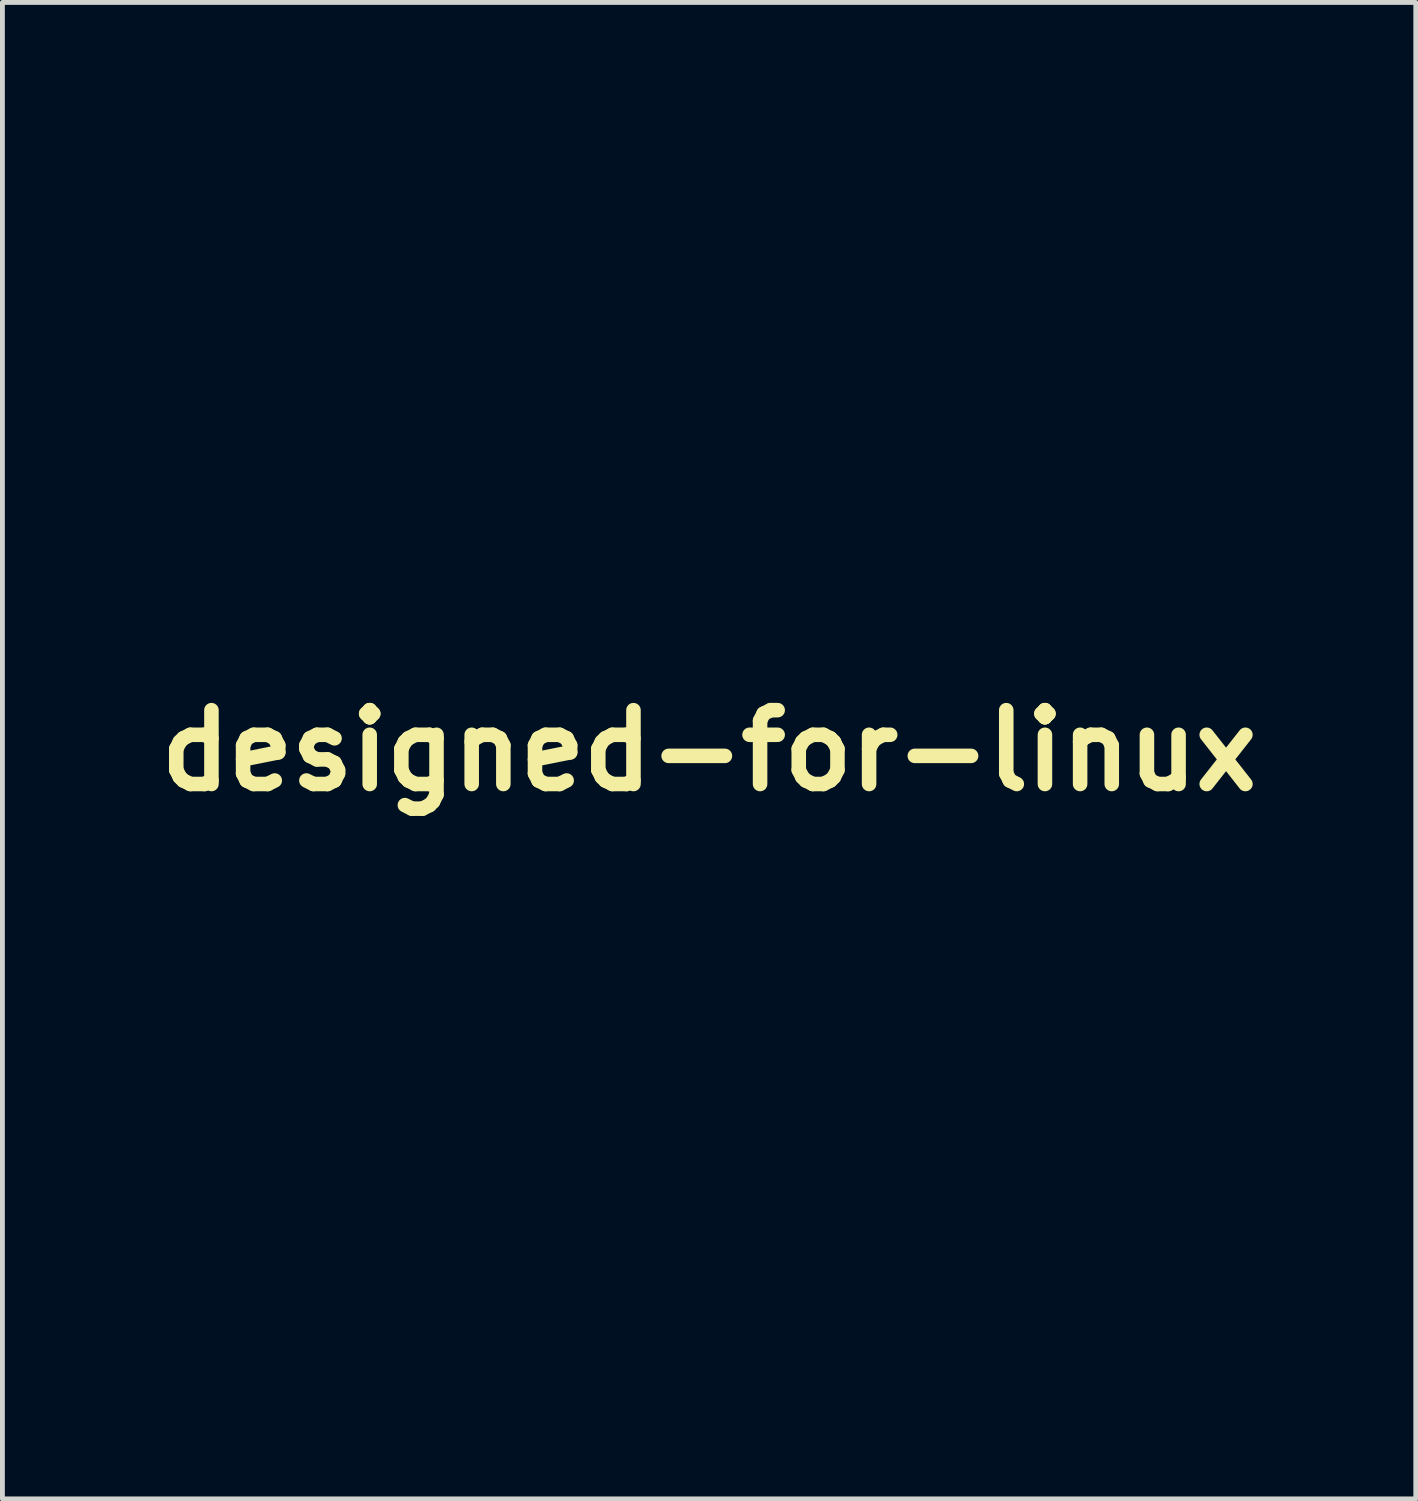
<source format=kicad_pcb>
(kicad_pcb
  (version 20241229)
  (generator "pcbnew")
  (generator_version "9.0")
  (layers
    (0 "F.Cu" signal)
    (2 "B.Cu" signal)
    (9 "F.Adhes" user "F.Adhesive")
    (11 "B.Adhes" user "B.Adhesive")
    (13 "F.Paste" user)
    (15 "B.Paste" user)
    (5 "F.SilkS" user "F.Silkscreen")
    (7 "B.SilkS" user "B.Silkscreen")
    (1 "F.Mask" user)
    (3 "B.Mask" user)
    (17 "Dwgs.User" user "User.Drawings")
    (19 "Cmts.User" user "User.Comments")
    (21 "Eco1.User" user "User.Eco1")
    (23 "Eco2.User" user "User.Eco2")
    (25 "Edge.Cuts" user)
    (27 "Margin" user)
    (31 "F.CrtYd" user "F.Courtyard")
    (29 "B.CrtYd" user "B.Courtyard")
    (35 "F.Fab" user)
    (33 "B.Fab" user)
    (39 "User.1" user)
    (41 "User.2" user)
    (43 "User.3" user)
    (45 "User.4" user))
  (footprint "designed-for-linux"
    (layer "F.Cu")
    (at 11.582 12.439)
    (property "Reference" "designed-for-linux" (at 0 0 0) (layer "F.SilkS") (effects (font (size 1.524 1.524) (thickness 0.3))))
    (attr through_hole)
    (fp_poly (pts (xy -1.598 3.059) (xy -1.678 3.065) (xy -1.758 3.072) (xy -1.746 2.191) (xy -1.598 2.191) (xy -1.598 3.059)) (stroke (width 0.01) (type solid)) (fill yes) (layer "F.Mask"))
    (fp_poly (pts (xy -0.508 -8.631) (xy -0.491 -8.615) (xy -0.514 -8.589) (xy -0.578 -8.553) (xy -0.64 -8.524) (xy -0.675 -8.512) (xy -0.696 -8.516) (xy -0.715 -8.535) (xy -0.718 -8.539) (xy -0.724 -8.571) (xy -0.697 -8.602) (xy -0.645 -8.625) (xy -0.577 -8.636) (xy -0.567 -8.636) (xy -0.508 -8.631)) (stroke (width 0.01) (type solid)) (fill yes) (layer "F.Mask"))
    (fp_poly (pts (xy 0.734 9.985) (xy 0.709 10.054) (xy 0.662 10.117) (xy 0.605 10.164) (xy 0.55 10.181) (xy 0.504 10.167) (xy 0.466 10.139) (xy 0.434 10.088) (xy 0.423 10.044) (xy 0.441 9.975) (xy 0.494 9.93) (xy 0.581 9.908) (xy 0.627 9.906) (xy 0.746 9.906) (xy 0.734 9.985)) (stroke (width 0.01) (type solid)) (fill yes) (layer "F.Mask"))
    (fp_poly (pts (xy 3.726 9.608) (xy 3.787 9.659) (xy 3.824 9.73) (xy 3.831 9.78) (xy 3.827 9.8) (xy 3.811 9.813) (xy 3.772 9.819) (xy 3.704 9.821) (xy 3.659 9.821) (xy 3.487 9.821) (xy 3.5 9.753) (xy 3.525 9.693) (xy 3.568 9.637) (xy 3.617 9.599) (xy 3.651 9.588) (xy 3.726 9.608)) (stroke (width 0.01) (type solid)) (fill yes) (layer "F.Mask"))
    (fp_poly (pts (xy -1.618 1.865) (xy -1.594 1.879) (xy -1.588 1.913) (xy -1.587 1.926) (xy -1.591 1.967) (xy -1.609 1.985) (xy -1.654 1.99) (xy -1.672 1.99) (xy -1.726 1.987) (xy -1.751 1.974) (xy -1.757 1.94) (xy -1.757 1.926) (xy -1.753 1.885) (xy -1.735 1.867) (xy -1.69 1.863) (xy -1.672 1.863) (xy -1.618 1.865)) (stroke (width 0.01) (type solid)) (fill yes) (layer "F.Mask"))
    (fp_poly (pts (xy -0.72 8.113) (xy -0.736 8.194) (xy -0.78 8.262) (xy -0.843 8.307) (xy -0.897 8.319) (xy -0.953 8.311) (xy -0.991 8.293) (xy -1.01 8.251) (xy -1.015 8.189) (xy -1.007 8.128) (xy -0.987 8.088) (xy -0.986 8.087) (xy -0.949 8.071) (xy -0.886 8.056) (xy -0.838 8.05) (xy -0.72 8.037) (xy -0.72 8.113)) (stroke (width 0.01) (type solid)) (fill yes) (layer "F.Mask"))
    (fp_poly (pts (xy -0.01 -8.622) (xy 0.041 -8.597) (xy 0.045 -8.594) (xy 0.077 -8.563) (xy 0.077 -8.543) (xy 0.064 -8.531) (xy 0.041 -8.517) (xy 0.021 -8.513) (xy -0.01 -8.523) (xy -0.064 -8.547) (xy -0.08 -8.554) (xy -0.13 -8.582) (xy -0.157 -8.607) (xy -0.158 -8.616) (xy -0.125 -8.633) (xy -0.071 -8.635) (xy -0.01 -8.622)) (stroke (width 0.01) (type solid)) (fill yes) (layer "F.Mask"))
    (fp_poly (pts (xy 2.429 3.679) (xy 2.468 3.713) (xy 2.526 3.793) (xy 2.542 3.874) (xy 2.515 3.956) (xy 2.482 4.001) (xy 2.405 4.06) (xy 2.319 4.079) (xy 2.23 4.057) (xy 2.206 4.044) (xy 2.138 3.979) (xy 2.104 3.9) (xy 2.106 3.815) (xy 2.145 3.735) (xy 2.183 3.695) (xy 2.265 3.647) (xy 2.347 3.642) (xy 2.429 3.679)) (stroke (width 0.01) (type solid)) (fill yes) (layer "F.Mask"))
    (fp_poly (pts (xy -2.397 9.624) (xy -2.341 9.669) (xy -2.306 9.747) (xy -2.29 9.861) (xy -2.289 9.962) (xy -2.301 10.034) (xy -2.317 10.073) (xy -2.373 10.141) (xy -2.448 10.175) (xy -2.534 10.172) (xy -2.573 10.157) (xy -2.627 10.114) (xy -2.663 10.042) (xy -2.682 9.938) (xy -2.682 9.813) (xy -2.654 9.716) (xy -2.601 9.649) (xy -2.523 9.614) (xy -2.475 9.61) (xy -2.397 9.624)) (stroke (width 0.01) (type solid)) (fill yes) (layer "F.Mask"))
    (fp_poly (pts (xy 2.476 9.629) (xy 2.529 9.683) (xy 2.563 9.766) (xy 2.577 9.872) (xy 2.572 9.965) (xy 2.546 10.069) (xy 2.499 10.14) (xy 2.436 10.175) (xy 2.358 10.173) (xy 2.315 10.156) (xy 2.263 10.11) (xy 2.227 10.034) (xy 2.209 9.941) (xy 2.21 9.84) (xy 2.232 9.747) (xy 2.272 9.669) (xy 2.322 9.625) (xy 2.392 9.61) (xy 2.408 9.61) (xy 2.476 9.629)) (stroke (width 0.01) (type solid)) (fill yes) (layer "F.Mask"))
    (fp_poly (pts (xy 3.531 8.047) (xy 3.564 8.06) (xy 3.565 8.062) (xy 3.57 8.103) (xy 3.558 8.163) (xy 3.532 8.226) (xy 3.5 8.274) (xy 3.487 8.286) (xy 3.42 8.314) (xy 3.35 8.314) (xy 3.294 8.287) (xy 3.293 8.285) (xy 3.264 8.23) (xy 3.265 8.164) (xy 3.293 8.105) (xy 3.302 8.096) (xy 3.345 8.073) (xy 3.408 8.055) (xy 3.474 8.046) (xy 3.531 8.047)) (stroke (width 0.01) (type solid)) (fill yes) (layer "F.Mask"))
    (fp_poly (pts (xy -4.979 7.758) (xy -4.911 7.8) (xy -4.878 7.84) (xy -4.852 7.907) (xy -4.841 7.993) (xy -4.845 8.086) (xy -4.862 8.176) (xy -4.891 8.25) (xy -4.929 8.297) (xy -4.943 8.305) (xy -5.02 8.319) (xy -5.094 8.305) (xy -5.14 8.275) (xy -5.18 8.206) (xy -5.203 8.112) (xy -5.206 8.008) (xy -5.191 7.908) (xy -5.17 7.853) (xy -5.117 7.785) (xy -5.05 7.754) (xy -4.979 7.758)) (stroke (width 0.01) (type solid)) (fill yes) (layer "F.Mask"))
    (fp_poly (pts (xy 0.95 7.761) (xy 1.008 7.8) (xy 1.054 7.864) (xy 1.084 7.945) (xy 1.099 8.035) (xy 1.094 8.126) (xy 1.068 8.209) (xy 1.025 8.269) (xy 0.963 8.308) (xy 0.891 8.318) (xy 0.824 8.301) (xy 0.796 8.279) (xy 0.753 8.204) (xy 0.729 8.104) (xy 0.727 7.989) (xy 0.73 7.966) (xy 0.753 7.865) (xy 0.794 7.798) (xy 0.858 7.761) (xy 0.883 7.755) (xy 0.95 7.761)) (stroke (width 0.01) (type solid)) (fill yes) (layer "F.Mask"))
    (fp_poly (pts (xy 1.206 3.852) (xy 0.995 3.852) (xy 0.995 5.292) (xy 1.672 5.292) (xy 1.672 5.016) (xy 1.82 5.016) (xy 1.82 5.44) (xy 0.315 5.44) (xy 0.321 5.371) (xy 0.328 5.331) (xy 0.344 5.31) (xy 0.381 5.3) (xy 0.439 5.296) (xy 0.55 5.289) (xy 0.55 3.852) (xy 0.315 3.852) (xy 0.321 3.784) (xy 0.328 3.715) (xy 0.767 3.709) (xy 1.206 3.703) (xy 1.206 3.852)) (stroke (width 0.01) (type solid)) (fill yes) (layer "F.Mask"))
    (fp_poly (pts (xy -3.988 7.788) (xy -3.961 7.812) (xy -3.921 7.88) (xy -3.899 7.969) (xy -3.897 8.066) (xy -3.911 8.16) (xy -3.943 8.239) (xy -3.99 8.291) (xy -3.997 8.296) (xy -4.078 8.319) (xy -4.161 8.309) (xy -4.23 8.269) (xy -4.234 8.265) (xy -4.268 8.204) (xy -4.29 8.118) (xy -4.298 8.021) (xy -4.29 7.929) (xy -4.268 7.859) (xy -4.214 7.794) (xy -4.141 7.759) (xy -4.062 7.757) (xy -3.988 7.788)) (stroke (width 0.01) (type solid)) (fill yes) (layer "F.Mask"))
    (fp_poly (pts (xy 5.364 7.567) (xy 5.455 7.619) (xy 5.52 7.703) (xy 5.558 7.816) (xy 5.566 7.918) (xy 5.55 8.046) (xy 5.506 8.152) (xy 5.439 8.232) (xy 5.354 8.283) (xy 5.256 8.3) (xy 5.15 8.28) (xy 5.101 8.258) (xy 5.025 8.202) (xy 4.975 8.127) (xy 4.949 8.025) (xy 4.942 7.916) (xy 4.956 7.778) (xy 4.996 7.672) (xy 5.064 7.599) (xy 5.158 7.558) (xy 5.249 7.549) (xy 5.364 7.567)) (stroke (width 0.01) (type solid)) (fill yes) (layer "F.Mask"))
    (fp_poly (pts (xy 2.54 5.289) (xy 2.63 5.296) (xy 2.687 5.302) (xy 2.714 5.318) (xy 2.725 5.353) (xy 2.727 5.371) (xy 2.733 5.44) (xy 1.968 5.44) (xy 1.968 5.366) (xy 1.971 5.318) (xy 1.987 5.297) (xy 2.028 5.292) (xy 2.053 5.292) (xy 2.138 5.292) (xy 2.138 4.36) (xy 2.053 4.36) (xy 1.999 4.358) (xy 1.975 4.344) (xy 1.969 4.308) (xy 1.968 4.286) (xy 1.968 4.212) (xy 2.54 4.212) (xy 2.54 5.289)) (stroke (width 0.01) (type solid)) (fill yes) (layer "F.Mask"))
    (fp_poly (pts (xy -0.149 9.63) (xy -0.107 9.675) (xy -0.078 9.754) (xy -0.064 9.86) (xy -0.064 9.9) (xy -0.076 10.011) (xy -0.109 10.097) (xy -0.159 10.154) (xy -0.222 10.18) (xy -0.292 10.169) (xy -0.353 10.13) (xy -0.382 10.103) (xy -0.4 10.074) (xy -0.409 10.033) (xy -0.412 9.969) (xy -0.413 9.899) (xy -0.412 9.808) (xy -0.406 9.749) (xy -0.394 9.709) (xy -0.373 9.677) (xy -0.361 9.664) (xy -0.293 9.62) (xy -0.212 9.611) (xy -0.149 9.63)) (stroke (width 0.01) (type solid)) (fill yes) (layer "F.Mask"))
    (fp_poly (pts (xy 4.775 2.173) (xy 4.797 2.201) (xy 4.805 2.246) (xy 4.799 2.289) (xy 4.775 2.305) (xy 4.74 2.307) (xy 4.67 2.314) (xy 4.617 2.338) (xy 4.579 2.384) (xy 4.553 2.456) (xy 4.537 2.559) (xy 4.53 2.696) (xy 4.53 2.783) (xy 4.53 3.069) (xy 4.381 3.069) (xy 4.381 2.18) (xy 4.445 2.18) (xy 4.491 2.186) (xy 4.508 2.211) (xy 4.509 2.228) (xy 4.518 2.281) (xy 4.53 2.307) (xy 4.546 2.328) (xy 4.55 2.311) (xy 4.551 2.306) (xy 4.57 2.259) (xy 4.617 2.214) (xy 4.679 2.182) (xy 4.741 2.168) (xy 4.775 2.173)) (stroke (width 0.01) (type solid)) (fill yes) (layer "F.Mask"))
    (fp_poly (pts (xy -0.662 3.707) (xy -0.625 3.716) (xy -0.618 3.731) (xy -0.626 3.756) (xy -0.645 3.817) (xy -0.675 3.911) (xy -0.713 4.032) (xy -0.758 4.178) (xy -0.81 4.344) (xy -0.866 4.525) (xy -0.922 4.704) (xy -1.217 5.651) (xy -1.339 5.651) (xy -1.409 5.648) (xy -1.451 5.638) (xy -1.46 5.629) (xy -1.454 5.606) (xy -1.437 5.547) (xy -1.41 5.458) (xy -1.375 5.342) (xy -1.334 5.206) (xy -1.287 5.054) (xy -1.236 4.89) (xy -1.183 4.719) (xy -1.13 4.547) (xy -1.077 4.378) (xy -1.027 4.217) (xy -0.981 4.069) (xy -0.939 3.938) (xy -0.905 3.83) (xy -0.897 3.805) (xy -0.864 3.704) (xy -0.737 3.704) (xy -0.662 3.707)) (stroke (width 0.01) (type solid)) (fill yes) (layer "F.Mask"))
    (fp_poly (pts (xy 0.173 2.196) (xy 0.246 2.244) (xy 0.284 2.296) (xy 0.297 2.334) (xy 0.307 2.386) (xy 0.313 2.46) (xy 0.316 2.563) (xy 0.317 2.7) (xy 0.318 2.718) (xy 0.318 3.069) (xy 0.169 3.069) (xy 0.169 2.733) (xy 0.169 2.605) (xy 0.167 2.513) (xy 0.163 2.448) (xy 0.156 2.403) (xy 0.145 2.372) (xy 0.13 2.348) (xy 0.125 2.342) (xy 0.085 2.303) (xy 0.032 2.288) (xy -0.007 2.286) (xy -0.088 2.294) (xy -0.15 2.319) (xy -0.195 2.367) (xy -0.226 2.442) (xy -0.244 2.548) (xy -0.253 2.689) (xy -0.254 2.783) (xy -0.254 3.069) (xy -0.402 3.069) (xy -0.402 2.177) (xy -0.333 2.184) (xy -0.284 2.195) (xy -0.263 2.223) (xy -0.258 2.251) (xy -0.251 2.312) (xy -0.191 2.255) (xy -0.11 2.201) (xy -0.016 2.174) (xy 0.082 2.172) (xy 0.173 2.196)) (stroke (width 0.01) (type solid)) (fill yes) (layer "F.Mask"))
    (fp_poly (pts (xy 3.258 1.864) (xy 3.29 1.873) (xy 3.301 1.894) (xy 3.302 1.916) (xy 3.292 1.957) (xy 3.258 1.968) (xy 3.187 1.982) (xy 3.146 2.024) (xy 3.133 2.096) (xy 3.135 2.15) (xy 3.149 2.174) (xy 3.188 2.18) (xy 3.217 2.18) (xy 3.272 2.183) (xy 3.296 2.197) (xy 3.302 2.228) (xy 3.302 2.233) (xy 3.297 2.267) (xy 3.276 2.282) (xy 3.225 2.286) (xy 3.217 2.286) (xy 3.133 2.286) (xy 3.133 3.069) (xy 2.985 3.069) (xy 2.98 2.683) (xy 2.974 2.297) (xy 2.916 2.29) (xy 2.872 2.276) (xy 2.858 2.242) (xy 2.857 2.232) (xy 2.865 2.195) (xy 2.894 2.181) (xy 2.921 2.18) (xy 2.958 2.178) (xy 2.977 2.164) (xy 2.984 2.127) (xy 2.985 2.073) (xy 2.997 1.975) (xy 3.037 1.909) (xy 3.106 1.873) (xy 3.195 1.863) (xy 3.258 1.864)) (stroke (width 0.01) (type solid)) (fill yes) (layer "F.Mask"))
    (fp_poly (pts (xy 0.948 -8.142) (xy 0.953 -8.122) (xy 0.934 -8.072) (xy 0.881 -8.01) (xy 0.8 -7.939) (xy 0.697 -7.861) (xy 0.575 -7.781) (xy 0.442 -7.702) (xy 0.302 -7.627) (xy 0.161 -7.559) (xy 0.024 -7.502) (xy -0.104 -7.459) (xy -0.136 -7.451) (xy -0.306 -7.418) (xy -0.46 -7.413) (xy -0.616 -7.436) (xy -0.64 -7.441) (xy -0.822 -7.504) (xy -1.006 -7.605) (xy -1.195 -7.745) (xy -1.324 -7.861) (xy -1.376 -7.92) (xy -1.409 -7.975) (xy -1.421 -8.018) (xy -1.407 -8.041) (xy -1.394 -8.043) (xy -1.37 -8.029) (xy -1.326 -7.989) (xy -1.269 -7.933) (xy -1.245 -7.907) (xy -1.076 -7.747) (xy -0.895 -7.624) (xy -0.708 -7.539) (xy -0.515 -7.493) (xy -0.321 -7.487) (xy -0.128 -7.522) (xy -0.097 -7.532) (xy 0.08 -7.6) (xy 0.263 -7.685) (xy 0.44 -7.783) (xy 0.602 -7.888) (xy 0.74 -7.993) (xy 0.814 -8.063) (xy 0.876 -8.12) (xy 0.922 -8.147) (xy 0.948 -8.142)) (stroke (width 0.01) (type solid)) (fill yes) (layer "F.Mask"))
    (fp_poly (pts (xy -4.372 1.927) (xy -4.278 1.932) (xy -4.205 1.94) (xy -4.145 1.954) (xy -4.1 1.969) (xy -3.969 2.038) (xy -3.871 2.134) (xy -3.805 2.257) (xy -3.772 2.406) (xy -3.768 2.488) (xy -3.785 2.651) (xy -3.835 2.789) (xy -3.919 2.901) (xy -4.036 2.987) (xy -4.059 2.999) (xy -4.11 3.023) (xy -4.157 3.04) (xy -4.209 3.051) (xy -4.275 3.058) (xy -4.365 3.063) (xy -4.482 3.066) (xy -4.784 3.073) (xy -4.784 2.053) (xy -4.614 2.053) (xy -4.614 2.942) (xy -4.448 2.942) (xy -4.357 2.939) (xy -4.274 2.931) (xy -4.214 2.919) (xy -4.21 2.918) (xy -4.093 2.858) (xy -4.007 2.771) (xy -3.952 2.655) (xy -3.929 2.511) (xy -3.928 2.475) (xy -3.932 2.385) (xy -3.948 2.316) (xy -3.98 2.249) (xy -3.985 2.239) (xy -4.043 2.16) (xy -4.114 2.106) (xy -4.205 2.072) (xy -4.325 2.056) (xy -4.42 2.053) (xy -4.614 2.053) (xy -4.784 2.053) (xy -4.784 1.926) (xy -4.499 1.926) (xy -4.372 1.927)) (stroke (width 0.01) (type solid)) (fill yes) (layer "F.Mask"))
    (fp_poly (pts (xy -5.069 3.715) (xy -4.597 4.265) (xy -4.483 4.398) (xy -4.376 4.523) (xy -4.28 4.636) (xy -4.197 4.732) (xy -4.133 4.809) (xy -4.089 4.86) (xy -4.074 4.879) (xy -4.022 4.942) (xy -4.022 4.397) (xy -4.022 3.852) (xy -4.257 3.852) (xy -4.251 3.784) (xy -4.244 3.715) (xy -3.942 3.709) (xy -3.641 3.703) (xy -3.641 3.852) (xy -3.873 3.852) (xy -3.873 5.44) (xy -4.167 5.44) (xy -4.688 4.826) (xy -4.804 4.689) (xy -4.913 4.562) (xy -5.009 4.45) (xy -5.091 4.355) (xy -5.155 4.282) (xy -5.198 4.233) (xy -5.218 4.213) (xy -5.219 4.212) (xy -5.221 4.232) (xy -5.223 4.289) (xy -5.225 4.377) (xy -5.227 4.491) (xy -5.228 4.624) (xy -5.228 4.751) (xy -5.228 5.289) (xy -5.117 5.296) (xy -5.052 5.301) (xy -5.018 5.312) (xy -5.004 5.335) (xy -4.999 5.371) (xy -4.993 5.44) (xy -5.609 5.44) (xy -5.609 5.292) (xy -5.397 5.292) (xy -5.397 3.852) (xy -5.609 3.852) (xy -5.609 3.703) (xy -5.069 3.715)) (stroke (width 0.01) (type solid)) (fill yes) (layer "F.Mask"))
    (fp_poly (pts (xy 3.897 2.184) (xy 3.993 2.215) (xy 4.075 2.277) (xy 4.134 2.366) (xy 4.171 2.475) (xy 4.185 2.594) (xy 4.178 2.715) (xy 4.148 2.831) (xy 4.097 2.932) (xy 4.023 3.01) (xy 3.982 3.036) (xy 3.899 3.064) (xy 3.797 3.078) (xy 3.699 3.076) (xy 3.664 3.07) (xy 3.552 3.022) (xy 3.466 2.942) (xy 3.407 2.83) (xy 3.386 2.752) (xy 3.375 2.625) (xy 3.535 2.625) (xy 3.546 2.76) (xy 3.579 2.859) (xy 3.636 2.925) (xy 3.717 2.959) (xy 3.773 2.963) (xy 3.842 2.959) (xy 3.899 2.949) (xy 3.915 2.943) (xy 3.956 2.9) (xy 3.988 2.825) (xy 4.011 2.731) (xy 4.021 2.626) (xy 4.019 2.523) (xy 4.002 2.431) (xy 3.992 2.403) (xy 3.954 2.34) (xy 3.9 2.303) (xy 3.821 2.288) (xy 3.773 2.286) (xy 3.678 2.302) (xy 3.608 2.349) (xy 3.562 2.43) (xy 3.538 2.545) (xy 3.535 2.625) (xy 3.375 2.625) (xy 3.374 2.606) (xy 3.39 2.472) (xy 3.434 2.356) (xy 3.502 2.266) (xy 3.558 2.224) (xy 3.659 2.187) (xy 3.778 2.174) (xy 3.897 2.184)) (stroke (width 0.01) (type solid)) (fill yes) (layer "F.Mask"))
    (fp_poly (pts (xy 5.147 4.684) (xy 5.15 4.857) (xy 5.155 4.992) (xy 5.162 5.094) (xy 5.174 5.168) (xy 5.191 5.218) (xy 5.214 5.248) (xy 5.246 5.264) (xy 5.287 5.27) (xy 5.315 5.271) (xy 5.388 5.266) (xy 5.444 5.249) (xy 5.487 5.216) (xy 5.518 5.161) (xy 5.539 5.08) (xy 5.553 4.968) (xy 5.56 4.821) (xy 5.563 4.725) (xy 5.571 4.36) (xy 5.495 4.36) (xy 5.444 4.357) (xy 5.423 4.34) (xy 5.419 4.296) (xy 5.419 4.286) (xy 5.419 4.212) (xy 5.969 4.212) (xy 5.969 5.289) (xy 6.059 5.296) (xy 6.116 5.302) (xy 6.143 5.318) (xy 6.154 5.353) (xy 6.156 5.371) (xy 6.162 5.44) (xy 5.567 5.44) (xy 5.567 5.265) (xy 5.522 5.321) (xy 5.447 5.387) (xy 5.345 5.437) (xy 5.229 5.467) (xy 5.113 5.473) (xy 5.047 5.463) (xy 4.928 5.414) (xy 4.835 5.333) (xy 4.802 5.283) (xy 4.784 5.251) (xy 4.772 5.218) (xy 4.762 5.177) (xy 4.756 5.123) (xy 4.751 5.047) (xy 4.748 4.944) (xy 4.745 4.806) (xy 4.745 4.778) (xy 4.738 4.36) (xy 4.655 4.36) (xy 4.602 4.358) (xy 4.578 4.344) (xy 4.572 4.306) (xy 4.572 4.286) (xy 4.572 4.212) (xy 5.14 4.212) (xy 5.147 4.684)) (stroke (width 0.01) (type solid)) (fill yes) (layer "F.Mask"))
    (fp_poly (pts (xy 1.055 2.191) (xy 1.158 2.239) (xy 1.235 2.321) (xy 1.285 2.435) (xy 1.306 2.539) (xy 1.318 2.645) (xy 0.992 2.651) (xy 0.667 2.656) (xy 0.674 2.731) (xy 0.698 2.836) (xy 0.748 2.909) (xy 0.826 2.95) (xy 0.928 2.963) (xy 1 2.96) (xy 1.049 2.944) (xy 1.092 2.911) (xy 1.103 2.901) (xy 1.148 2.863) (xy 1.184 2.846) (xy 1.191 2.846) (xy 1.252 2.865) (xy 1.279 2.88) (xy 1.276 2.902) (xy 1.25 2.94) (xy 1.247 2.944) (xy 1.176 3.01) (xy 1.077 3.055) (xy 0.96 3.078) (xy 0.835 3.074) (xy 0.788 3.066) (xy 0.682 3.022) (xy 0.6 2.944) (xy 0.543 2.835) (xy 0.513 2.698) (xy 0.508 2.608) (xy 0.52 2.497) (xy 0.677 2.497) (xy 0.68 2.515) (xy 0.692 2.528) (xy 0.72 2.535) (xy 0.773 2.539) (xy 0.857 2.54) (xy 0.918 2.54) (xy 1.16 2.54) (xy 1.138 2.455) (xy 1.098 2.366) (xy 1.032 2.31) (xy 0.939 2.287) (xy 0.917 2.286) (xy 0.849 2.291) (xy 0.794 2.303) (xy 0.782 2.308) (xy 0.738 2.349) (xy 0.699 2.413) (xy 0.679 2.479) (xy 0.677 2.497) (xy 0.52 2.497) (xy 0.523 2.461) (xy 0.568 2.344) (xy 0.643 2.258) (xy 0.747 2.201) (xy 0.88 2.176) (xy 0.924 2.175) (xy 1.055 2.191)) (stroke (width 0.01) (type solid)) (fill yes) (layer "F.Mask"))
    (fp_poly (pts (xy 3.972 4.19) (xy 4.081 4.235) (xy 4.172 4.312) (xy 4.236 4.413) (xy 4.253 4.459) (xy 4.26 4.507) (xy 4.267 4.588) (xy 4.272 4.694) (xy 4.275 4.816) (xy 4.276 4.916) (xy 4.276 5.292) (xy 4.36 5.292) (xy 4.415 5.294) (xy 4.439 5.308) (xy 4.445 5.344) (xy 4.445 5.366) (xy 4.445 5.44) (xy 3.725 5.44) (xy 3.725 5.366) (xy 3.729 5.316) (xy 3.747 5.296) (xy 3.794 5.292) (xy 3.799 5.292) (xy 3.873 5.292) (xy 3.872 4.927) (xy 3.87 4.764) (xy 3.865 4.639) (xy 3.855 4.545) (xy 3.84 4.478) (xy 3.818 4.432) (xy 3.788 4.401) (xy 3.765 4.387) (xy 3.683 4.369) (xy 3.603 4.387) (xy 3.535 4.438) (xy 3.485 4.517) (xy 3.47 4.565) (xy 3.463 4.615) (xy 3.458 4.697) (xy 3.453 4.802) (xy 3.451 4.92) (xy 3.451 4.969) (xy 3.45 5.292) (xy 3.524 5.292) (xy 3.574 5.295) (xy 3.594 5.313) (xy 3.598 5.36) (xy 3.598 5.366) (xy 3.598 5.44) (xy 2.855 5.44) (xy 2.861 5.371) (xy 2.869 5.327) (xy 2.889 5.306) (xy 2.935 5.298) (xy 2.958 5.296) (xy 3.048 5.289) (xy 3.048 4.363) (xy 2.958 4.356) (xy 2.901 4.35) (xy 2.874 4.334) (xy 2.863 4.299) (xy 2.861 4.281) (xy 2.855 4.212) (xy 3.45 4.212) (xy 3.45 4.365) (xy 3.533 4.291) (xy 3.64 4.221) (xy 3.768 4.183) (xy 3.907 4.179) (xy 3.972 4.19)) (stroke (width 0.01) (type solid)) (fill yes) (layer "F.Mask"))
    (fp_poly (pts (xy -6.466 3.7) (xy -6.283 3.727) (xy -6.119 3.769) (xy -6.048 3.796) (xy -5.969 3.829) (xy -5.969 4.255) (xy -6.038 4.255) (xy -6.082 4.251) (xy -6.108 4.232) (xy -6.127 4.188) (xy -6.136 4.16) (xy -6.179 4.064) (xy -6.246 3.974) (xy -6.325 3.901) (xy -6.406 3.857) (xy -6.409 3.856) (xy -6.549 3.83) (xy -6.688 3.833) (xy -6.817 3.862) (xy -6.926 3.916) (xy -6.979 3.962) (xy -7.034 4.033) (xy -7.075 4.115) (xy -7.103 4.217) (xy -7.12 4.345) (xy -7.129 4.507) (xy -7.128 4.722) (xy -7.11 4.901) (xy -7.073 5.045) (xy -7.016 5.158) (xy -6.939 5.241) (xy -6.841 5.297) (xy -6.788 5.315) (xy -6.685 5.329) (xy -6.565 5.324) (xy -6.449 5.302) (xy -6.383 5.277) (xy -6.306 5.241) (xy -6.312 5.007) (xy -6.318 4.773) (xy -6.419 4.767) (xy -6.479 4.761) (xy -6.509 4.749) (xy -6.519 4.723) (xy -6.519 4.698) (xy -6.519 4.636) (xy -5.905 4.636) (xy -5.905 5.294) (xy -6 5.336) (xy -6.176 5.398) (xy -6.376 5.442) (xy -6.584 5.465) (xy -6.785 5.466) (xy -6.858 5.46) (xy -7.056 5.419) (xy -7.229 5.345) (xy -7.373 5.24) (xy -7.489 5.107) (xy -7.572 4.947) (xy -7.623 4.761) (xy -7.633 4.681) (xy -7.634 4.476) (xy -7.599 4.287) (xy -7.53 4.119) (xy -7.429 3.975) (xy -7.298 3.856) (xy -7.139 3.766) (xy -6.983 3.716) (xy -6.83 3.693) (xy -6.653 3.688) (xy -6.466 3.7)) (stroke (width 0.01) (type solid)) (fill yes) (layer "F.Mask"))
    (fp_poly (pts (xy -2.139 2.194) (xy -2.087 2.21) (xy -2.023 2.249) (xy -1.973 2.301) (xy -1.948 2.354) (xy -1.947 2.365) (xy -1.964 2.387) (xy -2.004 2.391) (xy -2.058 2.376) (xy -2.112 2.346) (xy -2.121 2.339) (xy -2.189 2.302) (xy -2.274 2.284) (xy -2.36 2.287) (xy -2.431 2.31) (xy -2.455 2.328) (xy -2.493 2.385) (xy -2.488 2.436) (xy -2.443 2.483) (xy -2.356 2.524) (xy -2.274 2.549) (xy -2.147 2.585) (xy -2.057 2.621) (xy -1.996 2.661) (xy -1.959 2.708) (xy -1.957 2.711) (xy -1.929 2.804) (xy -1.938 2.895) (xy -1.981 2.974) (xy -2.054 3.031) (xy -2.058 3.032) (xy -2.115 3.052) (xy -2.19 3.069) (xy -2.267 3.081) (xy -2.331 3.084) (xy -2.36 3.08) (xy -2.394 3.072) (xy -2.449 3.061) (xy -2.46 3.06) (xy -2.52 3.038) (xy -2.582 2.999) (xy -2.634 2.951) (xy -2.664 2.906) (xy -2.667 2.89) (xy -2.649 2.865) (xy -2.613 2.848) (xy -2.569 2.847) (xy -2.527 2.871) (xy -2.498 2.899) (xy -2.461 2.935) (xy -2.424 2.954) (xy -2.372 2.962) (xy -2.303 2.963) (xy -2.194 2.955) (xy -2.122 2.93) (xy -2.083 2.886) (xy -2.074 2.838) (xy -2.079 2.795) (xy -2.099 2.762) (xy -2.141 2.734) (xy -2.21 2.707) (xy -2.312 2.675) (xy -2.433 2.636) (xy -2.518 2.596) (xy -2.577 2.552) (xy -2.616 2.498) (xy -2.621 2.489) (xy -2.637 2.413) (xy -2.619 2.332) (xy -2.573 2.261) (xy -2.519 2.219) (xy -2.444 2.195) (xy -2.344 2.182) (xy -2.237 2.181) (xy -2.139 2.194)) (stroke (width 0.01) (type solid)) (fill yes) (layer "F.Mask"))
    (fp_poly (pts (xy 2.223 2.418) (xy 2.223 2.57) (xy 2.225 2.709) (xy 2.227 2.83) (xy 2.23 2.927) (xy 2.233 2.993) (xy 2.236 3.022) (xy 2.24 3.053) (xy 2.221 3.067) (xy 2.175 3.069) (xy 2.124 3.065) (xy 2.099 3.043) (xy 2.087 3.001) (xy 2.077 2.957) (xy 2.066 2.949) (xy 2.045 2.975) (xy 2.041 2.98) (xy 2.003 3.023) (xy 1.973 3.045) (xy 1.905 3.067) (xy 1.816 3.078) (xy 1.728 3.075) (xy 1.694 3.069) (xy 1.606 3.027) (xy 1.537 2.949) (xy 1.49 2.839) (xy 1.481 2.801) (xy 1.466 2.676) (xy 1.469 2.567) (xy 1.631 2.567) (xy 1.633 2.653) (xy 1.637 2.749) (xy 1.643 2.813) (xy 1.653 2.855) (xy 1.67 2.883) (xy 1.696 2.909) (xy 1.7 2.912) (xy 1.776 2.953) (xy 1.863 2.963) (xy 1.946 2.941) (xy 1.966 2.929) (xy 2.025 2.862) (xy 2.061 2.76) (xy 2.074 2.624) (xy 2.074 2.614) (xy 2.065 2.488) (xy 2.037 2.39) (xy 1.993 2.325) (xy 1.97 2.308) (xy 1.921 2.294) (xy 1.853 2.289) (xy 1.826 2.29) (xy 1.76 2.299) (xy 1.718 2.32) (xy 1.68 2.365) (xy 1.676 2.371) (xy 1.653 2.409) (xy 1.639 2.447) (xy 1.632 2.496) (xy 1.631 2.567) (xy 1.469 2.567) (xy 1.469 2.549) (xy 1.489 2.431) (xy 1.524 2.33) (xy 1.571 2.254) (xy 1.612 2.221) (xy 1.718 2.183) (xy 1.829 2.174) (xy 1.934 2.194) (xy 2.019 2.242) (xy 2.027 2.249) (xy 2.074 2.293) (xy 2.074 1.863) (xy 2.223 1.863) (xy 2.223 2.418)) (stroke (width 0.01) (type solid)) (fill yes) (layer "F.Mask"))
    (fp_poly (pts (xy -2.582 3.852) (xy -2.794 3.852) (xy -2.794 4.37) (xy -2.793 4.531) (xy -2.79 4.679) (xy -2.786 4.807) (xy -2.78 4.91) (xy -2.774 4.979) (xy -2.771 4.996) (xy -2.731 5.105) (xy -2.665 5.195) (xy -2.582 5.255) (xy -2.544 5.27) (xy -2.425 5.29) (xy -2.3 5.289) (xy -2.184 5.27) (xy -2.123 5.247) (xy -2.066 5.213) (xy -2.02 5.169) (xy -1.983 5.11) (xy -1.955 5.032) (xy -1.934 4.931) (xy -1.92 4.803) (xy -1.911 4.644) (xy -1.906 4.449) (xy -1.905 4.302) (xy -1.905 3.852) (xy -2.141 3.852) (xy -2.127 3.715) (xy -1.535 3.715) (xy -1.528 3.784) (xy -1.521 3.852) (xy -1.754 3.852) (xy -1.761 4.44) (xy -1.763 4.613) (xy -1.765 4.75) (xy -1.768 4.856) (xy -1.772 4.936) (xy -1.777 4.997) (xy -1.784 5.042) (xy -1.794 5.079) (xy -1.806 5.112) (xy -1.818 5.138) (xy -1.894 5.261) (xy -1.997 5.358) (xy -2.087 5.408) (xy -2.137 5.423) (xy -2.214 5.439) (xy -2.304 5.456) (xy -2.395 5.469) (xy -2.473 5.478) (xy -2.524 5.48) (xy -2.529 5.479) (xy -2.56 5.476) (xy -2.62 5.468) (xy -2.688 5.46) (xy -2.853 5.426) (xy -2.985 5.366) (xy -3.089 5.278) (xy -3.167 5.16) (xy -3.178 5.138) (xy -3.192 5.104) (xy -3.204 5.07) (xy -3.213 5.032) (xy -3.22 4.983) (xy -3.225 4.919) (xy -3.228 4.833) (xy -3.231 4.719) (xy -3.233 4.574) (xy -3.234 4.44) (xy -3.241 3.852) (xy -3.474 3.852) (xy -3.461 3.715) (xy -3.022 3.709) (xy -2.582 3.703) (xy -2.582 3.852)) (stroke (width 0.01) (type solid)) (fill yes) (layer "F.Mask"))
    (fp_poly (pts (xy -3.14 2.179) (xy -3.033 2.199) (xy -2.952 2.238) (xy -2.896 2.299) (xy -2.847 2.39) (xy -2.813 2.497) (xy -2.804 2.545) (xy -2.789 2.646) (xy -3.108 2.646) (xy -3.229 2.647) (xy -3.328 2.651) (xy -3.399 2.657) (xy -3.436 2.664) (xy -3.439 2.667) (xy -3.447 2.712) (xy -3.433 2.776) (xy -3.404 2.844) (xy -3.365 2.9) (xy -3.325 2.937) (xy -3.284 2.956) (xy -3.225 2.963) (xy -3.186 2.963) (xy -3.112 2.96) (xy -3.063 2.947) (xy -3.022 2.918) (xy -3.005 2.903) (xy -2.951 2.86) (xy -2.902 2.85) (xy -2.89 2.852) (xy -2.847 2.87) (xy -2.841 2.903) (xy -2.872 2.952) (xy -2.888 2.971) (xy -2.973 3.033) (xy -3.082 3.07) (xy -3.206 3.079) (xy -3.328 3.061) (xy -3.436 3.016) (xy -3.515 2.947) (xy -3.566 2.85) (xy -3.593 2.723) (xy -3.598 2.624) (xy -3.589 2.521) (xy -3.443 2.521) (xy -3.428 2.531) (xy -3.392 2.536) (xy -3.327 2.539) (xy -3.227 2.54) (xy -3.209 2.54) (xy -3.102 2.539) (xy -3.03 2.536) (xy -2.988 2.53) (xy -2.968 2.52) (xy -2.963 2.508) (xy -2.975 2.449) (xy -3.005 2.383) (xy -3.042 2.329) (xy -3.066 2.309) (xy -3.113 2.295) (xy -3.18 2.287) (xy -3.207 2.286) (xy -3.278 2.292) (xy -3.33 2.315) (xy -3.367 2.348) (xy -3.406 2.394) (xy -3.428 2.433) (xy -3.429 2.441) (xy -3.436 2.49) (xy -3.442 2.507) (xy -3.443 2.521) (xy -3.589 2.521) (xy -3.585 2.477) (xy -3.545 2.356) (xy -3.48 2.265) (xy -3.45 2.24) (xy -3.364 2.199) (xy -3.255 2.179) (xy -3.14 2.179)) (stroke (width 0.01) (type solid)) (fill yes) (layer "F.Mask"))
    (fp_poly (pts (xy -0.99 2.187) (xy -0.897 2.222) (xy -0.825 2.279) (xy -0.816 2.291) (xy -0.795 2.319) (xy -0.785 2.317) (xy -0.783 2.278) (xy -0.783 2.259) (xy -0.78 2.207) (xy -0.764 2.185) (xy -0.722 2.18) (xy -0.707 2.18) (xy -0.632 2.18) (xy -0.639 2.683) (xy -0.642 2.859) (xy -0.646 2.998) (xy -0.653 3.105) (xy -0.665 3.186) (xy -0.681 3.245) (xy -0.705 3.288) (xy -0.737 3.32) (xy -0.779 3.347) (xy -0.816 3.366) (xy -0.92 3.398) (xy -1.038 3.407) (xy -1.153 3.393) (xy -1.233 3.364) (xy -1.292 3.322) (xy -1.338 3.271) (xy -1.344 3.26) (xy -1.376 3.198) (xy -1.305 3.185) (xy -1.255 3.181) (xy -1.214 3.197) (xy -1.167 3.239) (xy -1.119 3.282) (xy -1.076 3.299) (xy -1.018 3.298) (xy -1.004 3.297) (xy -0.935 3.282) (xy -0.879 3.257) (xy -0.867 3.248) (xy -0.827 3.19) (xy -0.797 3.103) (xy -0.784 3.005) (xy -0.783 2.986) (xy -0.783 2.913) (xy -0.841 2.967) (xy -0.919 3.029) (xy -0.995 3.061) (xy -1.08 3.069) (xy -1.191 3.056) (xy -1.277 3.014) (xy -1.338 2.942) (xy -1.377 2.837) (xy -1.395 2.698) (xy -1.397 2.641) (xy -1.249 2.641) (xy -1.244 2.726) (xy -1.231 2.806) (xy -1.218 2.848) (xy -1.169 2.918) (xy -1.097 2.956) (xy -1.012 2.959) (xy -0.931 2.931) (xy -0.861 2.874) (xy -0.817 2.786) (xy -0.798 2.667) (xy -0.797 2.625) (xy -0.809 2.493) (xy -0.847 2.392) (xy -0.909 2.324) (xy -0.993 2.29) (xy -1.037 2.286) (xy -1.12 2.299) (xy -1.18 2.341) (xy -1.221 2.415) (xy -1.243 2.522) (xy -1.249 2.641) (xy -1.397 2.641) (xy -1.397 2.628) (xy -1.393 2.498) (xy -1.377 2.4) (xy -1.348 2.326) (xy -1.301 2.265) (xy -1.271 2.237) (xy -1.19 2.194) (xy -1.092 2.177) (xy -0.99 2.187)) (stroke (width 0.01) (type solid)) (fill yes) (layer "F.Mask"))
    (fp_poly (pts (xy 6.985 4.285) (xy 6.981 4.335) (xy 6.96 4.357) (xy 6.921 4.364) (xy 6.857 4.371) (xy 6.96 4.513) (xy 7.062 4.656) (xy 7.161 4.519) (xy 7.207 4.453) (xy 7.242 4.402) (xy 7.259 4.373) (xy 7.26 4.371) (xy 7.242 4.363) (xy 7.197 4.36) (xy 7.197 4.36) (xy 7.154 4.356) (xy 7.137 4.335) (xy 7.133 4.286) (xy 7.133 4.212) (xy 7.599 4.212) (xy 7.599 4.286) (xy 7.596 4.334) (xy 7.579 4.355) (xy 7.536 4.36) (xy 7.518 4.36) (xy 7.483 4.362) (xy 7.454 4.37) (xy 7.425 4.391) (xy 7.39 4.431) (xy 7.342 4.494) (xy 7.284 4.574) (xy 7.131 4.787) (xy 7.308 5.034) (xy 7.377 5.131) (xy 7.428 5.199) (xy 7.466 5.243) (xy 7.496 5.268) (xy 7.524 5.281) (xy 7.557 5.286) (xy 7.573 5.288) (xy 7.629 5.294) (xy 7.655 5.309) (xy 7.662 5.343) (xy 7.662 5.367) (xy 7.662 5.44) (xy 6.879 5.44) (xy 6.879 5.367) (xy 6.883 5.317) (xy 6.904 5.296) (xy 6.951 5.288) (xy 7.023 5.281) (xy 6.912 5.128) (xy 6.802 4.975) (xy 6.581 5.292) (xy 6.656 5.292) (xy 6.706 5.295) (xy 6.727 5.313) (xy 6.731 5.358) (xy 6.731 5.366) (xy 6.731 5.44) (xy 6.22 5.44) (xy 6.227 5.371) (xy 6.235 5.328) (xy 6.255 5.306) (xy 6.3 5.298) (xy 6.324 5.296) (xy 6.362 5.292) (xy 6.392 5.282) (xy 6.422 5.262) (xy 6.456 5.224) (xy 6.502 5.164) (xy 6.565 5.076) (xy 6.573 5.065) (xy 6.642 4.964) (xy 6.689 4.887) (xy 6.713 4.836) (xy 6.713 4.818) (xy 6.695 4.792) (xy 6.657 4.74) (xy 6.606 4.667) (xy 6.546 4.583) (xy 6.542 4.577) (xy 6.477 4.487) (xy 6.43 4.426) (xy 6.396 4.388) (xy 6.367 4.369) (xy 6.339 4.361) (xy 6.316 4.36) (xy 6.268 4.357) (xy 6.248 4.338) (xy 6.244 4.291) (xy 6.244 4.286) (xy 6.244 4.212) (xy 6.985 4.212) (xy 6.985 4.285)) (stroke (width 0.01) (type solid)) (fill yes) (layer "F.Mask"))
    (fp_poly (pts (xy 0.465 -11.846) (xy 0.742 -11.816) (xy 0.993 -11.757) (xy 1.223 -11.668) (xy 1.433 -11.548) (xy 1.524 -11.483) (xy 1.69 -11.331) (xy 1.84 -11.143) (xy 1.972 -10.923) (xy 2.084 -10.677) (xy 2.173 -10.408) (xy 2.201 -10.298) (xy 2.228 -10.177) (xy 2.25 -10.059) (xy 2.269 -9.939) (xy 2.284 -9.812) (xy 2.297 -9.671) (xy 2.307 -9.511) (xy 2.315 -9.327) (xy 2.321 -9.112) (xy 2.327 -8.862) (xy 2.328 -8.816) (xy 2.332 -8.602) (xy 2.336 -8.426) (xy 2.34 -8.283) (xy 2.345 -8.168) (xy 2.35 -8.077) (xy 2.356 -8.004) (xy 2.363 -7.945) (xy 2.372 -7.895) (xy 2.382 -7.849) (xy 2.387 -7.831) (xy 2.427 -7.695) (xy 2.473 -7.566) (xy 2.526 -7.439) (xy 2.591 -7.311) (xy 2.669 -7.177) (xy 2.763 -7.032) (xy 2.876 -6.871) (xy 3.011 -6.691) (xy 3.17 -6.487) (xy 3.27 -6.361) (xy 3.525 -6.034) (xy 3.748 -5.729) (xy 3.943 -5.442) (xy 4.111 -5.168) (xy 4.255 -4.904) (xy 4.377 -4.645) (xy 4.479 -4.387) (xy 4.564 -4.126) (xy 4.627 -3.882) (xy 4.648 -3.791) (xy 4.664 -3.712) (xy 4.674 -3.637) (xy 4.681 -3.555) (xy 4.685 -3.459) (xy 4.687 -3.337) (xy 4.687 -3.207) (xy 4.687 -3.058) (xy 4.686 -2.943) (xy 4.682 -2.853) (xy 4.676 -2.777) (xy 4.665 -2.709) (xy 4.651 -2.638) (xy 4.63 -2.555) (xy 4.63 -2.553) (xy 4.607 -2.461) (xy 4.589 -2.386) (xy 4.579 -2.336) (xy 4.577 -2.319) (xy 4.596 -2.307) (xy 4.641 -2.278) (xy 4.701 -2.238) (xy 4.702 -2.237) (xy 4.78 -2.179) (xy 4.844 -2.117) (xy 4.898 -2.044) (xy 4.946 -1.953) (xy 4.99 -1.838) (xy 5.035 -1.694) (xy 5.08 -1.522) (xy 5.114 -1.39) (xy 5.143 -1.29) (xy 5.171 -1.211) (xy 5.203 -1.145) (xy 5.244 -1.081) (xy 5.297 -1.01) (xy 5.351 -0.943) (xy 5.484 -0.764) (xy 5.581 -0.602) (xy 5.642 -0.455) (xy 5.666 -0.32) (xy 5.656 -0.195) (xy 5.611 -0.078) (xy 5.585 -0.033) (xy 5.539 0.026) (xy 5.481 0.084) (xy 5.405 0.143) (xy 5.307 0.208) (xy 5.182 0.28) (xy 5.026 0.363) (xy 4.9 0.427) (xy 4.711 0.524) (xy 4.554 0.609) (xy 4.421 0.686) (xy 4.305 0.762) (xy 4.2 0.841) (xy 4.097 0.927) (xy 3.99 1.027) (xy 3.874 1.142) (xy 3.735 1.28) (xy 3.615 1.391) (xy 3.506 1.481) (xy 3.401 1.556) (xy 3.292 1.622) (xy 3.203 1.669) (xy 3.024 1.743) (xy 2.83 1.797) (xy 2.634 1.826) (xy 2.448 1.83) (xy 2.349 1.819) (xy 2.275 1.8) (xy 2.181 1.767) (xy 2.084 1.726) (xy 2.06 1.714) (xy 1.883 1.604) (xy 1.733 1.462) (xy 1.612 1.292) (xy 1.565 1.198) (xy 1.495 1.043) (xy 1.229 1.031) (xy 1.104 1.023) (xy 0.955 1.01) (xy 0.8 0.993) (xy 0.657 0.975) (xy 0.646 0.973) (xy 0.363 0.943) (xy 0.084 0.934) (xy -0.201 0.949) (xy -0.505 0.987) (xy -0.664 1.015) (xy -0.793 1.038) (xy -0.917 1.059) (xy -1.026 1.077) (xy -1.11 1.089) (xy -1.146 1.094) (xy -1.217 1.103) (xy -1.26 1.118) (xy -1.291 1.147) (xy -1.321 1.194) (xy -1.381 1.277) (xy -1.465 1.368) (xy -1.56 1.454) (xy -1.653 1.522) (xy -1.691 1.544) (xy -1.866 1.612) (xy -2.068 1.655) (xy -2.288 1.671) (xy -2.52 1.661) (xy -2.756 1.625) (xy -2.984 1.564) (xy -3.056 1.537) (xy -3.154 1.498) (xy -3.266 1.451) (xy -3.38 1.4) (xy -3.396 1.393) (xy -3.632 1.293) (xy -3.858 1.219) (xy -4.094 1.165) (xy -4.286 1.135) (xy -4.408 1.118) (xy -4.55 1.099) (xy -4.694 1.08) (xy -4.784 1.068) (xy -4.989 1.035) (xy -5.158 0.996) (xy -5.294 0.95) (xy -5.402 0.893) (xy -5.488 0.824) (xy -5.538 0.768) (xy -5.604 0.649) (xy -5.638 0.508) (xy -5.64 0.415) (xy -5.458 0.415) (xy -5.452 0.526) (xy -5.434 0.595) (xy -5.387 0.673) (xy -5.315 0.737) (xy -5.213 0.79) (xy -5.079 0.833) (xy -4.909 0.867) (xy -4.815 0.881) (xy -4.579 0.913) (xy -4.38 0.941) (xy -4.212 0.966) (xy -4.072 0.988) (xy -3.953 1.01) (xy -3.851 1.032) (xy -3.761 1.056) (xy -3.678 1.082) (xy -3.596 1.112) (xy -3.511 1.147) (xy -3.418 1.188) (xy -3.355 1.217) (xy -3.089 1.329) (xy -2.854 1.413) (xy -2.648 1.467) (xy -2.572 1.481) (xy -2.463 1.491) (xy -2.334 1.494) (xy -2.199 1.489) (xy -2.072 1.477) (xy -1.967 1.459) (xy -1.937 1.451) (xy -1.762 1.379) (xy -1.616 1.277) (xy -1.502 1.148) (xy -1.422 0.995) (xy -1.376 0.82) (xy -1.374 0.779) (xy 1.655 0.779) (xy 1.66 0.878) (xy 1.675 0.968) (xy 1.68 0.99) (xy 1.741 1.153) (xy 1.835 1.303) (xy 1.955 1.434) (xy 2.094 1.54) (xy 2.246 1.613) (xy 2.302 1.629) (xy 2.392 1.642) (xy 2.509 1.645) (xy 2.638 1.639) (xy 2.766 1.624) (xy 2.879 1.603) (xy 2.921 1.591) (xy 3.054 1.542) (xy 3.177 1.483) (xy 3.297 1.41) (xy 3.42 1.318) (xy 3.554 1.202) (xy 3.705 1.057) (xy 3.736 1.026) (xy 3.873 0.892) (xy 3.995 0.78) (xy 4.109 0.684) (xy 4.225 0.598) (xy 4.351 0.517) (xy 4.494 0.435) (xy 4.663 0.346) (xy 4.784 0.285) (xy 4.907 0.223) (xy 5.026 0.161) (xy 5.131 0.104) (xy 5.215 0.058) (xy 5.266 0.026) (xy 5.371 -0.055) (xy 5.441 -0.142) (xy 5.477 -0.236) (xy 5.479 -0.34) (xy 5.446 -0.458) (xy 5.378 -0.592) (xy 5.275 -0.744) (xy 5.205 -0.836) (xy 5.132 -0.93) (xy 5.076 -1.01) (xy 5.031 -1.086) (xy 4.995 -1.168) (xy 4.962 -1.265) (xy 4.927 -1.387) (xy 4.899 -1.497) (xy 4.852 -1.67) (xy 4.808 -1.807) (xy 4.762 -1.912) (xy 4.714 -1.991) (xy 4.661 -2.05) (xy 4.642 -2.065) (xy 4.556 -2.121) (xy 4.465 -2.156) (xy 4.356 -2.174) (xy 4.236 -2.179) (xy 4.06 -2.18) (xy 3.953 -2.084) (xy 3.804 -1.968) (xy 3.642 -1.872) (xy 3.475 -1.799) (xy 3.312 -1.754) (xy 3.162 -1.739) (xy 3.132 -1.741) (xy 3.009 -1.759) (xy 2.909 -1.797) (xy 2.819 -1.864) (xy 2.782 -1.9) (xy 2.704 -1.999) (xy 2.635 -2.121) (xy 2.581 -2.254) (xy 2.548 -2.382) (xy 2.54 -2.461) (xy 2.532 -2.504) (xy 2.507 -2.515) (xy 2.461 -2.494) (xy 2.398 -2.445) (xy 2.315 -2.359) (xy 2.247 -2.255) (xy 2.189 -2.123) (xy 2.149 -2.001) (xy 2.126 -1.903) (xy 2.102 -1.773) (xy 2.079 -1.624) (xy 2.059 -1.468) (xy 2.044 -1.317) (xy 2.034 -1.181) (xy 2.032 -1.096) (xy 2.023 -0.942) (xy 1.995 -0.757) (xy 1.952 -0.546) (xy 1.893 -0.316) (xy 1.874 -0.25) (xy 1.805 -0.005) (xy 1.749 0.205) (xy 1.707 0.384) (xy 1.678 0.537) (xy 1.661 0.667) (xy 1.655 0.779) (xy -1.374 0.779) (xy -1.367 0.677) (xy -1.374 0.574) (xy -1.397 0.47) (xy -1.437 0.359) (xy -1.497 0.239) (xy -1.579 0.103) (xy -1.685 -0.051) (xy -1.817 -0.23) (xy -1.883 -0.314) (xy -1.969 -0.425) (xy -2.055 -0.536) (xy -2.135 -0.639) (xy -2.2 -0.723) (xy -2.235 -0.77) (xy -2.273 -0.825) (xy -2.327 -0.912) (xy -2.395 -1.024) (xy -2.471 -1.155) (xy -2.554 -1.3) (xy -2.639 -1.452) (xy -2.67 -1.509) (xy -2.764 -1.68) (xy -2.842 -1.819) (xy -2.906 -1.93) (xy -2.959 -2.018) (xy -3.005 -2.088) (xy -3.046 -2.145) (xy -3.086 -2.193) (xy -3.127 -2.238) (xy -3.133 -2.244) (xy -3.262 -2.361) (xy -3.387 -2.441) (xy -3.513 -2.487) (xy -3.646 -2.502) (xy -3.732 -2.498) (xy -3.807 -2.483) (xy -3.878 -2.452) (xy -3.948 -2.403) (xy -4.024 -2.33) (xy -4.112 -2.23) (xy -4.215 -2.099) (xy -4.238 -2.069) (xy -4.336 -1.945) (xy -4.42 -1.851) (xy -4.501 -1.778) (xy -4.587 -1.719) (xy -4.69 -1.667) (xy -4.817 -1.616) (xy -4.856 -1.601) (xy -5.001 -1.545) (xy -5.111 -1.494) (xy -5.194 -1.444) (xy -5.255 -1.392) (xy -5.299 -1.338) (xy -5.346 -1.26) (xy -5.377 -1.18) (xy -5.393 -1.089) (xy -5.395 -0.98) (xy -5.383 -0.845) (xy -5.365 -0.709) (xy -5.34 -0.525) (xy -5.331 -0.371) (xy -5.336 -0.236) (xy -5.356 -0.11) (xy -5.386 0.000063) (xy -5.424 0.143) (xy -5.449 0.285) (xy -5.458 0.415) (xy -5.64 0.415) (xy -5.641 0.342) (xy -5.612 0.151) (xy -5.557 -0.051) (xy -5.529 -0.146) (xy -5.512 -0.23) (xy -5.506 -0.315) (xy -5.51 -0.413) (xy -5.524 -0.533) (xy -5.536 -0.619) (xy -5.557 -0.786) (xy -5.568 -0.942) (xy -5.569 -1.078) (xy -5.561 -1.185) (xy -5.557 -1.208) (xy -5.515 -1.324) (xy -5.439 -1.441) (xy -5.348 -1.54) (xy -5.276 -1.6) (xy -5.201 -1.65) (xy -5.111 -1.696) (xy -4.995 -1.743) (xy -4.932 -1.766) (xy -4.797 -1.818) (xy -4.692 -1.868) (xy -4.608 -1.923) (xy -4.535 -1.99) (xy -4.462 -2.076) (xy -4.439 -2.106) (xy -4.37 -2.195) (xy -4.298 -2.287) (xy -4.235 -2.366) (xy -4.215 -2.389) (xy -4.119 -2.503) (xy -4.125 -2.802) (xy -4.122 -3.042) (xy -4.102 -3.266) (xy -4.063 -3.491) (xy -4.034 -3.607) (xy -3.286 -3.607) (xy -3.281 -3.354) (xy -3.238 -3.12) (xy -3.158 -2.906) (xy -3.152 -2.893) (xy -3.085 -2.77) (xy -3.01 -2.66) (xy -2.922 -2.557) (xy -2.815 -2.457) (xy -2.683 -2.352) (xy -2.519 -2.237) (xy -2.466 -2.202) (xy -2.182 -2.003) (xy -1.938 -1.807) (xy -1.733 -1.615) (xy -1.569 -1.428) (xy -1.446 -1.245) (xy -1.376 -1.102) (xy -1.342 -0.981) (xy -1.333 -0.86) (xy -1.348 -0.751) (xy -1.381 -0.675) (xy -1.444 -0.61) (xy -1.53 -0.554) (xy -1.623 -0.517) (xy -1.686 -0.508) (xy -1.736 -0.503) (xy -1.764 -0.492) (xy -1.764 -0.492) (xy -1.757 -0.469) (xy -1.728 -0.421) (xy -1.684 -0.356) (xy -1.655 -0.317) (xy -1.59 -0.231) (xy -1.525 -0.143) (xy -1.471 -0.069) (xy -1.459 -0.053) (xy -1.375 0.035) (xy -1.256 0.121) (xy -1.107 0.203) (xy -0.934 0.277) (xy -0.744 0.341) (xy -0.543 0.392) (xy -0.337 0.429) (xy -0.318 0.431) (xy -0.223 0.437) (xy -0.1 0.436) (xy 0.041 0.429) (xy 0.187 0.417) (xy 0.326 0.401) (xy 0.446 0.381) (xy 0.446 0.381) (xy 0.648 0.33) (xy 0.862 0.259) (xy 1.077 0.173) (xy 1.281 0.077) (xy 1.463 -0.024) (xy 1.57 -0.096) (xy 1.61 -0.126) (xy 1.64 -0.156) (xy 1.663 -0.194) (xy 1.684 -0.248) (xy 1.708 -0.328) (xy 1.73 -0.404) (xy 1.767 -0.542) (xy 1.795 -0.661) (xy 1.817 -0.771) (xy 1.833 -0.886) (xy 1.846 -1.015) (xy 1.858 -1.17) (xy 1.863 -1.238) (xy 1.888 -1.531) (xy 1.922 -1.785) (xy 1.966 -2.004) (xy 2.022 -2.189) (xy 2.091 -2.344) (xy 2.173 -2.472) (xy 2.269 -2.576) (xy 2.382 -2.657) (xy 2.421 -2.679) (xy 2.483 -2.714) (xy 2.519 -2.744) (xy 2.54 -2.786) (xy 2.557 -2.852) (xy 2.559 -2.866) (xy 2.583 -2.952) (xy 2.617 -3.017) (xy 2.674 -3.081) (xy 2.674 -3.082) (xy 2.769 -3.154) (xy 2.882 -3.195) (xy 3.015 -3.207) (xy 3.171 -3.188) (xy 3.352 -3.139) (xy 3.451 -3.104) (xy 3.653 -3.018) (xy 3.825 -2.925) (xy 3.966 -2.826) (xy 4.074 -2.723) (xy 4.145 -2.619) (xy 4.179 -2.515) (xy 4.177 -2.432) (xy 4.172 -2.388) (xy 4.19 -2.373) (xy 4.218 -2.371) (xy 4.263 -2.383) (xy 4.284 -2.404) (xy 4.295 -2.467) (xy 4.295 -2.551) (xy 4.284 -2.637) (xy 4.267 -2.697) (xy 4.207 -2.796) (xy 4.11 -2.901) (xy 3.979 -3.008) (xy 3.819 -3.115) (xy 3.633 -3.218) (xy 3.608 -3.231) (xy 3.456 -3.306) (xy 3.477 -3.394) (xy 3.49 -3.481) (xy 3.498 -3.598) (xy 3.499 -3.734) (xy 3.494 -3.876) (xy 3.484 -4.012) (xy 3.469 -4.131) (xy 3.462 -4.17) (xy 3.377 -4.478) (xy 3.255 -4.784) (xy 3.099 -5.082) (xy 2.914 -5.363) (xy 2.703 -5.62) (xy 2.659 -5.667) (xy 2.576 -5.751) (xy 2.516 -5.804) (xy 2.477 -5.826) (xy 2.458 -5.818) (xy 2.455 -5.801) (xy 2.469 -5.779) (xy 2.505 -5.733) (xy 2.558 -5.67) (xy 2.606 -5.617) (xy 2.814 -5.361) (xy 2.986 -5.091) (xy 3.121 -4.811) (xy 3.217 -4.523) (xy 3.274 -4.231) (xy 3.29 -3.99) (xy 3.286 -3.851) (xy 3.274 -3.715) (xy 3.256 -3.592) (xy 3.232 -3.491) (xy 3.204 -3.422) (xy 3.2 -3.416) (xy 3.174 -3.405) (xy 3.113 -3.407) (xy 3.046 -3.415) (xy 2.906 -3.437) (xy 2.837 -3.713) (xy 2.792 -3.885) (xy 2.742 -4.051) (xy 2.685 -4.219) (xy 2.617 -4.394) (xy 2.537 -4.585) (xy 2.441 -4.797) (xy 2.328 -5.037) (xy 2.286 -5.122) (xy 2.211 -5.278) (xy 2.138 -5.429) (xy 2.072 -5.568) (xy 2.014 -5.69) (xy 1.968 -5.789) (xy 1.937 -5.857) (xy 1.929 -5.874) (xy 1.851 -6.062) (xy 1.769 -6.267) (xy 1.685 -6.482) (xy 1.604 -6.7) (xy 1.527 -6.914) (xy 1.457 -7.115) (xy 1.396 -7.298) (xy 1.348 -7.455) (xy 1.323 -7.546) (xy 1.303 -7.619) (xy 1.287 -7.675) (xy 1.278 -7.702) (xy 1.277 -7.703) (xy 1.261 -7.694) (xy 1.231 -7.661) (xy 1.224 -7.652) (xy 1.151 -7.578) (xy 1.049 -7.5) (xy 0.93 -7.426) (xy 0.805 -7.364) (xy 0.763 -7.347) (xy 0.675 -7.308) (xy 0.567 -7.255) (xy 0.454 -7.194) (xy 0.371 -7.145) (xy 0.233 -7.065) (xy 0.116 -7.007) (xy 0.01 -6.966) (xy -0.097 -6.938) (xy -0.195 -6.921) (xy -0.379 -6.912) (xy -0.554 -6.942) (xy -0.724 -7.01) (xy -0.892 -7.119) (xy -0.965 -7.179) (xy -1.052 -7.252) (xy -1.141 -7.322) (xy -1.226 -7.384) (xy -1.298 -7.433) (xy -1.351 -7.464) (xy -1.375 -7.472) (xy -1.389 -7.453) (xy -1.396 -7.406) (xy -1.397 -7.388) (xy -1.403 -7.31) (xy -1.419 -7.2) (xy -1.444 -7.067) (xy -1.475 -6.921) (xy -1.511 -6.771) (xy -1.551 -6.625) (xy -1.556 -6.607) (xy -1.604 -6.449) (xy -1.659 -6.286) (xy -1.721 -6.114) (xy -1.794 -5.927) (xy -1.878 -5.723) (xy -1.976 -5.495) (xy -2.089 -5.24) (xy -2.22 -4.953) (xy -2.254 -4.879) (xy -2.316 -4.743) (xy -2.376 -4.607) (xy -2.432 -4.479) (xy -2.479 -4.37) (xy -2.511 -4.289) (xy -2.512 -4.286) (xy -2.568 -4.127) (xy -2.622 -3.948) (xy -2.672 -3.758) (xy -2.716 -3.567) (xy -2.752 -3.384) (xy -2.778 -3.217) (xy -2.792 -3.077) (xy -2.794 -3.018) (xy -2.797 -2.933) (xy -2.807 -2.888) (xy -2.828 -2.883) (xy -2.86 -2.917) (xy -2.893 -2.966) (xy -2.978 -3.13) (xy -3.038 -3.312) (xy -3.074 -3.52) (xy -3.085 -3.683) (xy -3.086 -3.865) (xy -3.072 -4.041) (xy -3.043 -4.215) (xy -2.996 -4.395) (xy -2.93 -4.587) (xy -2.843 -4.797) (xy -2.732 -5.033) (xy -2.69 -5.12) (xy -2.616 -5.267) (xy -2.561 -5.381) (xy -2.521 -5.466) (xy -2.496 -5.525) (xy -2.484 -5.562) (xy -2.483 -5.582) (xy -2.491 -5.588) (xy -2.492 -5.588) (xy -2.511 -5.57) (xy -2.545 -5.521) (xy -2.593 -5.445) (xy -2.649 -5.35) (xy -2.711 -5.241) (xy -2.776 -5.123) (xy -2.84 -5.004) (xy -2.899 -4.888) (xy -2.94 -4.805) (xy -3.082 -4.479) (xy -3.187 -4.17) (xy -3.255 -3.879) (xy -3.286 -3.607) (xy -4.034 -3.607) (xy -4.012 -3.698) (xy -3.905 -4.035) (xy -3.763 -4.388) (xy -3.587 -4.753) (xy -3.378 -5.128) (xy -3.141 -5.509) (xy -2.875 -5.893) (xy -2.599 -6.255) (xy -2.495 -6.386) (xy -2.412 -6.493) (xy -2.347 -6.582) (xy -2.292 -6.661) (xy -2.244 -6.738) (xy -2.197 -6.821) (xy -2.145 -6.916) (xy -2.142 -6.922) (xy -2.003 -7.225) (xy -1.9 -7.545) (xy -1.864 -7.697) (xy -1.837 -7.84) (xy -1.819 -7.953) (xy -1.574 -7.953) (xy -1.546 -7.842) (xy -1.478 -7.73) (xy -1.369 -7.618) (xy -1.269 -7.54) (xy -1.182 -7.477) (xy -1.08 -7.399) (xy -0.977 -7.318) (xy -0.925 -7.276) (xy -0.812 -7.186) (xy -0.721 -7.121) (xy -0.643 -7.075) (xy -0.57 -7.045) (xy -0.501 -7.027) (xy -0.393 -7.015) (xy -0.265 -7.018) (xy -0.134 -7.034) (xy -0.02 -7.061) (xy 0.003 -7.069) (xy 0.067 -7.097) (xy 0.154 -7.141) (xy 0.254 -7.195) (xy 0.347 -7.249) (xy 0.443 -7.304) (xy 0.532 -7.353) (xy 0.606 -7.39) (xy 0.654 -7.411) (xy 0.654 -7.411) (xy 0.814 -7.475) (xy 0.956 -7.558) (xy 1.077 -7.654) (xy 1.173 -7.759) (xy 1.24 -7.868) (xy 1.274 -7.978) (xy 1.27 -8.085) (xy 1.267 -8.097) (xy 1.242 -8.165) (xy 1.203 -8.225) (xy 1.145 -8.279) (xy 1.064 -8.332) (xy 0.956 -8.385) (xy 0.814 -8.444) (xy 0.704 -8.485) (xy 0.599 -8.526) (xy 0.497 -8.569) (xy 0.411 -8.61) (xy 0.363 -8.636) (xy 0.146 -8.752) (xy -0.061 -8.827) (xy -0.259 -8.861) (xy -0.448 -8.854) (xy -0.628 -8.805) (xy -0.8 -8.716) (xy -0.926 -8.619) (xy -0.986 -8.569) (xy -1.069 -8.501) (xy -1.166 -8.424) (xy -1.266 -8.345) (xy -1.287 -8.329) (xy -1.391 -8.247) (xy -1.465 -8.185) (xy -1.514 -8.136) (xy -1.544 -8.095) (xy -1.559 -8.062) (xy -1.574 -7.953) (xy -1.819 -7.953) (xy -1.816 -7.973) (xy -1.803 -8.105) (xy -1.796 -8.243) (xy -1.796 -8.396) (xy -1.801 -8.573) (xy -1.812 -8.783) (xy -1.814 -8.814) (xy -1.83 -9.149) (xy -1.557 -9.149) (xy -1.551 -8.976) (xy -1.517 -8.806) (xy -1.471 -8.683) (xy -1.431 -8.602) (xy -1.389 -8.53) (xy -1.351 -8.475) (xy -1.323 -8.447) (xy -1.317 -8.445) (xy -1.293 -8.457) (xy -1.248 -8.485) (xy -1.224 -8.501) (xy -1.169 -8.542) (xy -1.148 -8.57) (xy -1.156 -8.595) (xy -1.184 -8.624) (xy -1.234 -8.694) (xy -1.269 -8.791) (xy -1.287 -8.905) (xy -1.288 -9.024) (xy -1.271 -9.135) (xy -1.244 -9.208) (xy -1.19 -9.285) (xy -1.129 -9.324) (xy -1.065 -9.327) (xy -1.003 -9.297) (xy -0.946 -9.238) (xy -0.898 -9.152) (xy -0.865 -9.04) (xy -0.852 -8.955) (xy -0.844 -8.888) (xy -0.835 -8.844) (xy -0.827 -8.831) (xy -0.802 -8.842) (xy -0.75 -8.864) (xy -0.693 -8.889) (xy -0.572 -8.94) (xy -0.572 -9.037) (xy -0.576 -9.092) (xy -0.084 -9.092) (xy -0.084 -8.943) (xy 0.069 -8.894) (xy 0.146 -8.869) (xy 0.207 -8.849) (xy 0.242 -8.837) (xy 0.244 -8.836) (xy 0.258 -8.849) (xy 0.266 -8.899) (xy 0.268 -8.942) (xy 0.285 -9.106) (xy 0.334 -9.243) (xy 0.395 -9.333) (xy 0.476 -9.403) (xy 0.561 -9.432) (xy 0.645 -9.424) (xy 0.723 -9.38) (xy 0.791 -9.3) (xy 0.843 -9.187) (xy 0.845 -9.181) (xy 0.87 -9.064) (xy 0.874 -8.939) (xy 0.858 -8.818) (xy 0.825 -8.715) (xy 0.788 -8.654) (xy 0.757 -8.611) (xy 0.748 -8.583) (xy 0.752 -8.579) (xy 0.781 -8.567) (xy 0.836 -8.543) (xy 0.889 -8.521) (xy 0.977 -8.487) (xy 1.038 -8.477) (xy 1.083 -8.492) (xy 1.12 -8.534) (xy 1.137 -8.562) (xy 1.214 -8.736) (xy 1.258 -8.929) (xy 1.268 -9.129) (xy 1.245 -9.326) (xy 1.195 -9.493) (xy 1.12 -9.636) (xy 1.021 -9.76) (xy 0.905 -9.859) (xy 0.778 -9.93) (xy 0.647 -9.966) (xy 0.593 -9.97) (xy 0.468 -9.95) (xy 0.339 -9.897) (xy 0.22 -9.813) (xy 0.207 -9.802) (xy 0.081 -9.659) (xy -0.01 -9.493) (xy -0.065 -9.305) (xy -0.084 -9.097) (xy -0.084 -9.092) (xy -0.576 -9.092) (xy -0.582 -9.161) (xy -0.609 -9.299) (xy -0.648 -9.43) (xy -0.684 -9.518) (xy -0.736 -9.6) (xy -0.804 -9.68) (xy -0.878 -9.749) (xy -0.949 -9.796) (xy -0.988 -9.812) (xy -1.041 -9.824) (xy -1.073 -9.832) (xy -1.127 -9.832) (xy -1.2 -9.808) (xy -1.276 -9.767) (xy -1.334 -9.723) (xy -1.426 -9.614) (xy -1.494 -9.476) (xy -1.538 -9.319) (xy -1.557 -9.149) (xy -1.83 -9.149) (xy -1.831 -9.167) (xy -1.837 -9.484) (xy -1.83 -9.767) (xy -1.812 -10.022) (xy -1.78 -10.252) (xy -1.735 -10.461) (xy -1.677 -10.654) (xy -1.604 -10.834) (xy -1.588 -10.87) (xy -1.456 -11.098) (xy -1.296 -11.296) (xy -1.106 -11.464) (xy -0.886 -11.601) (xy -0.637 -11.709) (xy -0.358 -11.786) (xy -0.05 -11.833) (xy 0.159 -11.847) (xy 0.465 -11.846)) (stroke (width 0.01) (type solid)) (fill yes) (layer "F.Mask"))
    (fp_poly (pts (xy 0.317 -12.433) (xy 0.748 -12.43) (xy 1.15 -12.424) (xy 1.533 -12.415) (xy 1.902 -12.404) (xy 2.266 -12.388) (xy 2.631 -12.37) (xy 3.005 -12.347) (xy 3.395 -12.32) (xy 3.808 -12.289) (xy 3.842 -12.286) (xy 4.102 -12.265) (xy 4.378 -12.241) (xy 4.665 -12.214) (xy 4.96 -12.186) (xy 5.256 -12.156) (xy 5.55 -12.125) (xy 5.837 -12.094) (xy 6.113 -12.063) (xy 6.372 -12.033) (xy 6.611 -12.003) (xy 6.824 -11.976) (xy 7.007 -11.951) (xy 7.155 -11.928) (xy 7.228 -11.915) (xy 7.41 -11.861) (xy 7.586 -11.769) (xy 7.753 -11.642) (xy 7.906 -11.485) (xy 8.043 -11.303) (xy 8.16 -11.098) (xy 8.254 -10.876) (xy 8.321 -10.64) (xy 8.324 -10.626) (xy 8.327 -10.61) (xy 8.33 -10.594) (xy 8.333 -10.576) (xy 8.336 -10.555) (xy 8.338 -10.53) (xy 8.34 -10.5) (xy 8.343 -10.464) (xy 8.345 -10.421) (xy 8.347 -10.369) (xy 8.349 -10.307) (xy 8.35 -10.235) (xy 8.352 -10.151) (xy 8.353 -10.054) (xy 8.354 -9.943) (xy 8.356 -9.817) (xy 8.357 -9.674) (xy 8.357 -9.514) (xy 8.358 -9.336) (xy 8.359 -9.137) (xy 8.359 -8.918) (xy 8.36 -8.677) (xy 8.36 -8.413) (xy 8.36 -8.125) (xy 8.361 -7.811) (xy 8.361 -7.471) (xy 8.36 -7.104) (xy 8.36 -6.708) (xy 8.36 -6.282) (xy 8.36 -5.825) (xy 8.359 -5.336) (xy 8.359 -4.814) (xy 8.358 -4.258) (xy 8.358 -3.666) (xy 8.357 -3.038) (xy 8.356 -2.372) (xy 8.355 -1.667) (xy 8.355 -0.923) (xy 8.354 -0.137) (xy 8.353 0.011) (xy 8.341 10.447) (xy 8.287 10.635) (xy 8.189 10.913) (xy 8.066 11.158) (xy 7.916 11.371) (xy 7.739 11.553) (xy 7.533 11.706) (xy 7.297 11.832) (xy 7.248 11.853) (xy 7.175 11.88) (xy 7.093 11.904) (xy 6.993 11.926) (xy 6.868 11.949) (xy 6.709 11.975) (xy 6.673 11.98) (xy 5.977 12.078) (xy 5.294 12.162) (xy 4.617 12.235) (xy 3.94 12.295) (xy 3.255 12.344) (xy 2.556 12.382) (xy 1.836 12.409) (xy 1.087 12.426) (xy 0.381 12.434) (xy 0.148 12.435) (xy -0.077 12.436) (xy -0.291 12.436) (xy -0.489 12.436) (xy -0.667 12.436) (xy -0.819 12.436) (xy -0.942 12.435) (xy -1.03 12.434) (xy -1.069 12.433) (xy -1.986 12.397) (xy -2.872 12.348) (xy -3.734 12.286) (xy -4.583 12.211) (xy -5.425 12.122) (xy -6.272 12.017) (xy -6.93 11.926) (xy -7.072 11.904) (xy -7.18 11.885) (xy -7.265 11.867) (xy -7.334 11.846) (xy -7.398 11.82) (xy -7.438 11.802) (xy -7.643 11.679) (xy -7.828 11.522) (xy -7.988 11.333) (xy -8.123 11.116) (xy -8.23 10.874) (xy -8.281 10.71) (xy -8.329 10.53) (xy -8.329 9.764) (xy -3.915 9.764) (xy -3.904 9.917) (xy -3.869 10.038) (xy -3.807 10.132) (xy -3.715 10.204) (xy -3.672 10.226) (xy -3.569 10.256) (xy -3.447 10.266) (xy -3.323 10.257) (xy -3.216 10.227) (xy -3.202 10.221) (xy -3.133 10.176) (xy -3.072 10.118) (xy -3.057 10.1) (xy -3.005 10.022) (xy -3.069 9.996) (xy -3.107 9.983) (xy -3.137 9.986) (xy -3.172 10.01) (xy -3.217 10.054) (xy -3.277 10.107) (xy -3.334 10.135) (xy -3.404 10.144) (xy -3.482 10.14) (xy -3.585 10.113) (xy -3.664 10.052) (xy -3.717 9.96) (xy -3.74 9.855) (xy -2.852 9.855) (xy -2.851 9.924) (xy -2.834 10.035) (xy -2.796 10.117) (xy -2.732 10.186) (xy -2.688 10.218) (xy -2.608 10.252) (xy -2.506 10.267) (xy -2.399 10.262) (xy -2.304 10.236) (xy -2.286 10.227) (xy -2.203 10.161) (xy -2.148 10.065) (xy -2.122 9.942) (xy -2.121 9.859) (xy -2.142 9.729) (xy -2.191 9.63) (xy -2.269 9.561) (xy -2.367 9.525) (xy -1.905 9.525) (xy -1.905 10.268) (xy -1.826 10.262) (xy -1.746 10.255) (xy -1.736 9.987) (xy -1.729 9.858) (xy -1.718 9.765) (xy -1.7 9.701) (xy -1.675 9.658) (xy -1.638 9.632) (xy -1.607 9.62) (xy -1.549 9.615) (xy -1.505 9.645) (xy -1.472 9.71) (xy -1.451 9.811) (xy -1.441 9.951) (xy -1.439 10.038) (xy -1.439 10.266) (xy -1.291 10.266) (xy -1.291 10.049) (xy -1.286 9.889) (xy -1.271 9.769) (xy -1.246 9.689) (xy -1.222 9.657) (xy -1.154 9.623) (xy -1.087 9.63) (xy -1.056 9.65) (xy -1.035 9.669) (xy -1.021 9.692) (xy -1.011 9.728) (xy -1.004 9.783) (xy -0.999 9.866) (xy -0.995 9.973) (xy -0.984 10.255) (xy -0.822 10.269) (xy -0.829 9.948) (xy -0.836 9.627) (xy -0.905 9.566) (xy -0.977 9.522) (xy -0.593 9.522) (xy -0.593 10.562) (xy -0.421 10.562) (xy -0.427 10.35) (xy -0.429 10.262) (xy -0.427 10.191) (xy -0.424 10.148) (xy -0.42 10.139) (xy -0.397 10.152) (xy -0.358 10.187) (xy -0.342 10.202) (xy -0.264 10.252) (xy -0.172 10.27) (xy -0.079 10.256) (xy -0.005 10.214) (xy 0.053 10.142) (xy 0.074 10.086) (xy 0.262 10.086) (xy 0.287 10.168) (xy 0.322 10.217) (xy 0.359 10.247) (xy 0.409 10.262) (xy 0.483 10.266) (xy 0.554 10.263) (xy 0.601 10.249) (xy 0.643 10.218) (xy 0.668 10.192) (xy 0.718 10.141) (xy 0.747 10.121) (xy 0.76 10.129) (xy 0.762 10.153) (xy 0.781 10.209) (xy 0.832 10.249) (xy 0.906 10.266) (xy 0.913 10.266) (xy 0.968 10.262) (xy 0.991 10.247) (xy 0.995 10.223) (xy 0.982 10.189) (xy 0.964 10.181) (xy 0.932 10.169) (xy 0.91 10.13) (xy 0.896 10.061) (xy 0.89 9.955) (xy 0.889 9.88) (xy 0.886 9.76) (xy 0.876 9.674) (xy 0.855 9.614) (xy 0.82 9.573) (xy 0.813 9.569) (xy 1.056 9.569) (xy 1.072 9.599) (xy 1.106 9.613) (xy 1.125 9.618) (xy 1.139 9.629) (xy 1.147 9.655) (xy 1.153 9.701) (xy 1.156 9.774) (xy 1.159 9.882) (xy 1.16 9.905) (xy 1.163 10.037) (xy 1.171 10.133) (xy 1.185 10.198) (xy 1.208 10.237) (xy 1.244 10.257) (xy 1.296 10.263) (xy 1.353 10.261) (xy 1.425 10.255) (xy 1.463 10.242) (xy 1.477 10.219) (xy 1.478 10.218) (xy 1.472 10.19) (xy 1.433 10.181) (xy 1.432 10.181) (xy 1.385 10.173) (xy 1.352 10.146) (xy 1.33 10.094) (xy 1.318 10.012) (xy 1.313 9.894) (xy 1.312 9.848) (xy 1.312 9.61) (xy 1.386 9.61) (xy 1.437 9.605) (xy 1.458 9.586) (xy 1.46 9.567) (xy 1.452 9.538) (xy 1.42 9.526) (xy 1.386 9.525) (xy 1.63 9.525) (xy 1.63 10.266) (xy 1.799 10.266) (xy 1.799 9.525) (xy 1.63 9.525) (xy 1.386 9.525) (xy 1.341 9.523) (xy 1.32 9.509) (xy 1.313 9.473) (xy 1.312 9.428) (xy 1.31 9.369) (xy 1.3 9.342) (xy 1.278 9.337) (xy 1.266 9.338) (xy 1.229 9.359) (xy 1.198 9.413) (xy 1.191 9.435) (xy 1.167 9.493) (xy 1.14 9.52) (xy 1.109 9.525) (xy 1.069 9.539) (xy 1.056 9.569) (xy 0.813 9.569) (xy 0.768 9.542) (xy 0.749 9.533) (xy 0.653 9.509) (xy 0.55 9.51) (xy 0.454 9.533) (xy 0.375 9.576) (xy 0.328 9.631) (xy 0.297 9.69) (xy 0.38 9.698) (xy 0.438 9.699) (xy 0.469 9.684) (xy 0.484 9.66) (xy 0.524 9.614) (xy 0.582 9.597) (xy 0.643 9.608) (xy 0.695 9.645) (xy 0.721 9.686) (xy 0.74 9.746) (xy 0.74 9.785) (xy 0.713 9.809) (xy 0.656 9.823) (xy 0.577 9.832) (xy 0.49 9.843) (xy 0.413 9.858) (xy 0.361 9.874) (xy 0.358 9.876) (xy 0.298 9.928) (xy 0.266 10.002) (xy 0.262 10.086) (xy 0.074 10.086) (xy 0.09 10.045) (xy 0.106 9.935) (xy 0.103 9.821) (xy 0.081 9.712) (xy 0.041 9.619) (xy -0.018 9.551) (xy -0.044 9.535) (xy -0.138 9.508) (xy -0.234 9.518) (xy -0.318 9.563) (xy -0.344 9.587) (xy -0.382 9.628) (xy -0.407 9.65) (xy -0.411 9.652) (xy -0.42 9.634) (xy -0.427 9.594) (xy -0.438 9.554) (xy -0.465 9.536) (xy -0.513 9.529) (xy -0.593 9.522) (xy -0.977 9.522) (xy -0.986 9.517) (xy -1.07 9.507) (xy -1.149 9.532) (xy -1.212 9.592) (xy -1.223 9.609) (xy -1.259 9.659) (xy -1.289 9.668) (xy -1.316 9.635) (xy -1.327 9.61) (xy -1.371 9.549) (xy -1.446 9.513) (xy -1.518 9.504) (xy -1.578 9.524) (xy -1.649 9.584) (xy -1.653 9.588) (xy -1.7 9.635) (xy -1.734 9.666) (xy -1.745 9.673) (xy -1.753 9.655) (xy -1.757 9.609) (xy -1.757 9.599) (xy -1.76 9.549) (xy -1.779 9.529) (xy -1.825 9.525) (xy -1.831 9.525) (xy -1.905 9.525) (xy -2.367 9.525) (xy -2.378 9.521) (xy -2.447 9.511) (xy -2.579 9.517) (xy -2.689 9.558) (xy -2.773 9.63) (xy -2.828 9.73) (xy -2.852 9.855) (xy -3.74 9.855) (xy -3.743 9.838) (xy -3.746 9.775) (xy -3.733 9.637) (xy -3.694 9.531) (xy -3.63 9.456) (xy -3.593 9.433) (xy -3.48 9.4) (xy -3.369 9.405) (xy -3.268 9.444) (xy -3.207 9.495) (xy -3.163 9.532) (xy -3.118 9.54) (xy -3.091 9.536) (xy -3.045 9.522) (xy -3.031 9.5) (xy -3.047 9.464) (xy -3.084 9.418) (xy -3.178 9.338) (xy -3.298 9.288) (xy -3.35 9.282) (xy 1.63 9.282) (xy 1.634 9.316) (xy 1.656 9.331) (xy 1.707 9.334) (xy 1.714 9.335) (xy 1.769 9.332) (xy 1.793 9.318) (xy 1.799 9.286) (xy 1.799 9.282) (xy 1.795 9.247) (xy 1.773 9.232) (xy 1.722 9.229) (xy 1.714 9.229) (xy 2.053 9.229) (xy 2.053 10.266) (xy 2.127 10.266) (xy 2.177 10.262) (xy 2.197 10.244) (xy 2.201 10.202) (xy 2.206 10.158) (xy 2.217 10.139) (xy 2.217 10.139) (xy 2.241 10.153) (xy 2.279 10.188) (xy 2.293 10.202) (xy 2.336 10.241) (xy 2.379 10.26) (xy 2.443 10.266) (xy 2.466 10.266) (xy 2.568 10.251) (xy 2.644 10.205) (xy 2.698 10.125) (xy 2.731 10.02) (xy 2.746 9.885) (xy 2.734 9.761) (xy 2.698 9.656) (xy 2.641 9.575) (xy 2.565 9.524) (xy 2.527 9.513) (xy 2.44 9.512) (xy 2.356 9.537) (xy 2.291 9.582) (xy 2.277 9.6) (xy 2.247 9.639) (xy 2.225 9.647) (xy 2.211 9.622) (xy 2.204 9.56) (xy 2.201 9.46) (xy 2.201 9.44) (xy 2.201 9.229) (xy 2.963 9.229) (xy 2.963 10.266) (xy 3.111 10.266) (xy 3.111 9.889) (xy 3.324 9.889) (xy 3.337 10.023) (xy 3.378 10.131) (xy 3.444 10.21) (xy 3.503 10.246) (xy 3.567 10.26) (xy 3.65 10.265) (xy 3.738 10.261) (xy 3.813 10.247) (xy 3.853 10.231) (xy 3.91 10.185) (xy 3.948 10.141) (xy 3.958 10.114) (xy 3.941 10.098) (xy 3.9 10.096) (xy 3.849 10.107) (xy 3.803 10.127) (xy 3.789 10.139) (xy 3.726 10.177) (xy 3.657 10.179) (xy 3.591 10.151) (xy 3.537 10.096) (xy 3.503 10.019) (xy 3.499 9.996) (xy 3.487 9.906) (xy 3.998 9.906) (xy 3.986 9.827) (xy 3.951 9.7) (xy 3.889 9.603) (xy 3.805 9.538) (xy 3.704 9.508) (xy 3.589 9.515) (xy 3.506 9.543) (xy 3.418 9.602) (xy 3.359 9.689) (xy 3.329 9.805) (xy 3.324 9.889) (xy 3.111 9.889) (xy 3.111 9.229) (xy 2.963 9.229) (xy 2.201 9.229) (xy 2.053 9.229) (xy 1.714 9.229) (xy 1.66 9.232) (xy 1.636 9.245) (xy 1.63 9.277) (xy 1.63 9.282) (xy -3.35 9.282) (xy -3.429 9.272) (xy -3.584 9.285) (xy -3.709 9.329) (xy -3.804 9.401) (xy -3.87 9.504) (xy -3.907 9.638) (xy -3.915 9.764) (xy -8.329 9.764) (xy -8.33 7.445) (xy -8.124 7.445) (xy -8.124 7.467) (xy -8.116 7.497) (xy -8.099 7.563) (xy -8.075 7.656) (xy -8.046 7.77) (xy -8.013 7.9) (xy -7.999 7.953) (xy -7.885 8.403) (xy -7.774 8.403) (xy -7.71 8.402) (xy -7.675 8.392) (xy -7.656 8.367) (xy -7.642 8.324) (xy -7.63 8.275) (xy -7.611 8.194) (xy -7.587 8.092) (xy -7.561 7.977) (xy -7.551 7.932) (xy -7.521 7.801) (xy -7.494 7.703) (xy -7.472 7.642) (xy -7.456 7.62) (xy -7.456 7.62) (xy -7.435 7.638) (xy -7.429 7.668) (xy -7.424 7.704) (xy -7.411 7.773) (xy -7.391 7.867) (xy -7.366 7.978) (xy -7.348 8.054) (xy -7.268 8.393) (xy -7.041 8.393) (xy -6.918 7.927) (xy -6.883 7.793) (xy -6.852 7.672) (xy -6.849 7.662) (xy -6.646 7.662) (xy -6.646 8.403) (xy -6.498 8.403) (xy -6.498 7.662) (xy -6.244 7.662) (xy -6.244 8.403) (xy -6.078 8.403) (xy -6.071 8.137) (xy -6.068 8.026) (xy -6.064 7.95) (xy -6.058 7.899) (xy -6.047 7.866) (xy -6.03 7.843) (xy -6.006 7.82) (xy -6.005 7.819) (xy -5.931 7.776) (xy -5.859 7.772) (xy -5.796 7.806) (xy -5.78 7.824) (xy -5.761 7.852) (xy -5.749 7.885) (xy -5.741 7.933) (xy -5.737 8.003) (xy -5.736 8.105) (xy -5.736 8.141) (xy -5.736 8.403) (xy -5.567 8.403) (xy -5.567 8.138) (xy -5.568 8.082) (xy -5.371 8.082) (xy -5.358 8.19) (xy -5.333 8.277) (xy -5.326 8.292) (xy -5.266 8.366) (xy -5.183 8.411) (xy -5.088 8.423) (xy -4.991 8.4) (xy -4.974 8.392) (xy -4.923 8.357) (xy -4.889 8.318) (xy -4.862 8.288) (xy -4.838 8.297) (xy -4.826 8.339) (xy -4.826 8.351) (xy -4.82 8.386) (xy -4.795 8.401) (xy -4.752 8.403) (xy -4.678 8.403) (xy -4.678 8.031) (xy -4.466 8.031) (xy -4.456 8.152) (xy -4.424 8.246) (xy -4.375 8.316) (xy -4.286 8.383) (xy -4.178 8.418) (xy -4.059 8.42) (xy -3.94 8.389) (xy -3.915 8.377) (xy -3.82 8.308) (xy -3.759 8.213) (xy -3.732 8.093) (xy -3.732 8.008) (xy -3.756 7.875) (xy -3.806 7.776) (xy -3.885 7.708) (xy -3.981 7.675) (xy -3.619 7.675) (xy -3.614 7.698) (xy -3.601 7.753) (xy -3.581 7.834) (xy -3.556 7.93) (xy -3.53 8.034) (xy -3.503 8.137) (xy -3.478 8.232) (xy -3.458 8.309) (xy -3.444 8.361) (xy -3.439 8.377) (xy -3.413 8.394) (xy -3.356 8.403) (xy -3.338 8.403) (xy -3.245 8.403) (xy -3.173 8.116) (xy -3.146 8.009) (xy -3.121 7.917) (xy -3.101 7.848) (xy -3.087 7.808) (xy -3.085 7.803) (xy -3.073 7.791) (xy -3.06 7.797) (xy -3.045 7.826) (xy -3.027 7.882) (xy -3.003 7.969) (xy -2.972 8.093) (xy -2.966 8.116) (xy -2.895 8.403) (xy -2.804 8.403) (xy -2.74 8.398) (xy -2.708 8.381) (xy -2.701 8.366) (xy -2.692 8.333) (xy -2.674 8.267) (xy -2.674 8.266) (xy -2.417 8.266) (xy -2.371 8.324) (xy -2.305 8.376) (xy -2.211 8.41) (xy -2.099 8.424) (xy -1.979 8.415) (xy -1.922 8.402) (xy -1.84 8.362) (xy -1.784 8.298) (xy -1.759 8.221) (xy -1.759 8.214) (xy -1.185 8.214) (xy -1.181 8.281) (xy -1.163 8.326) (xy -1.123 8.367) (xy -1.12 8.37) (xy -1.036 8.415) (xy -0.941 8.422) (xy -0.845 8.39) (xy -0.83 8.382) (xy -0.781 8.346) (xy -0.751 8.313) (xy -0.748 8.308) (xy -0.726 8.279) (xy -0.7 8.289) (xy -0.675 8.338) (xy -0.675 8.338) (xy -0.639 8.393) (xy -0.592 8.414) (xy -0.526 8.42) (xy -0.476 8.409) (xy -0.469 8.403) (xy -0.319 8.403) (xy -0.148 8.403) (xy -0.148 8.18) (xy -0.143 8.035) (xy -0.128 7.926) (xy -0.102 7.85) (xy -0.063 7.802) (xy -0.046 7.791) (xy 0.032 7.769) (xy 0.103 7.786) (xy 0.147 7.824) (xy 0.165 7.852) (xy 0.178 7.885) (xy 0.185 7.933) (xy 0.189 8.003) (xy 0.19 8.105) (xy 0.191 8.141) (xy 0.191 8.403) (xy 0.36 8.403) (xy 0.36 8.129) (xy 0.358 8.033) (xy 0.562 8.033) (xy 0.573 8.179) (xy 0.608 8.29) (xy 0.667 8.367) (xy 0.751 8.41) (xy 0.856 8.417) (xy 0.929 8.406) (xy 0.978 8.381) (xy 1.017 8.342) (xy 1.06 8.299) (xy 1.087 8.294) (xy 1.1 8.328) (xy 1.101 8.354) (xy 1.107 8.387) (xy 1.134 8.401) (xy 1.175 8.403) (xy 1.249 8.403) (xy 1.249 7.429) (xy 1.905 7.429) (xy 1.905 8.403) (xy 2.053 8.403) (xy 2.053 8.001) (xy 2.054 7.864) (xy 2.057 7.751) (xy 2.061 7.666) (xy 2.067 7.613) (xy 2.073 7.599) (xy 2.087 7.618) (xy 2.109 7.668) (xy 2.135 7.742) (xy 2.148 7.784) (xy 2.181 7.891) (xy 2.22 8.016) (xy 2.259 8.139) (xy 2.273 8.181) (xy 2.305 8.275) (xy 2.328 8.337) (xy 2.348 8.373) (xy 2.369 8.391) (xy 2.395 8.398) (xy 2.405 8.399) (xy 2.469 8.405) (xy 2.567 8.103) (xy 2.604 7.987) (xy 2.639 7.877) (xy 2.667 7.782) (xy 2.687 7.715) (xy 2.692 7.699) (xy 2.712 7.63) (xy 2.729 7.598) (xy 2.742 7.604) (xy 2.75 7.649) (xy 2.756 7.734) (xy 2.757 7.859) (xy 2.756 8.001) (xy 2.749 8.403) (xy 2.9 8.403) (xy 2.9 8.202) (xy 3.091 8.202) (xy 3.108 8.299) (xy 3.157 8.369) (xy 3.234 8.41) (xy 3.336 8.417) (xy 3.341 8.417) (xy 3.428 8.394) (xy 3.501 8.342) (xy 3.551 8.296) (xy 3.58 8.28) (xy 3.595 8.292) (xy 3.602 8.323) (xy 3.628 8.373) (xy 3.682 8.408) (xy 3.747 8.42) (xy 3.774 8.417) (xy 3.81 8.398) (xy 3.831 8.37) (xy 3.83 8.347) (xy 3.812 8.34) (xy 3.782 8.326) (xy 3.759 8.306) (xy 3.743 8.281) (xy 3.733 8.239) (xy 3.727 8.171) (xy 3.725 8.07) (xy 3.725 8.042) (xy 3.725 8.039) (xy 3.937 8.039) (xy 3.952 8.173) (xy 3.994 8.281) (xy 4.062 8.361) (xy 4.153 8.407) (xy 4.16 8.409) (xy 4.258 8.421) (xy 4.36 8.414) (xy 4.432 8.395) (xy 4.491 8.359) (xy 4.546 8.308) (xy 4.583 8.255) (xy 4.593 8.22) (xy 4.574 8.199) (xy 4.52 8.191) (xy 4.46 8.201) (xy 4.425 8.233) (xy 4.421 8.239) (xy 4.383 8.292) (xy 4.334 8.315) (xy 4.29 8.318) (xy 4.212 8.304) (xy 4.156 8.261) (xy 4.122 8.184) (xy 4.107 8.072) (xy 4.106 8.031) (xy 4.11 7.984) (xy 4.764 7.984) (xy 4.789 8.115) (xy 4.829 8.198) (xy 4.895 8.281) (xy 4.974 8.351) (xy 5.054 8.395) (xy 5.059 8.396) (xy 5.167 8.417) (xy 5.289 8.42) (xy 5.402 8.405) (xy 5.42 8.4) (xy 5.524 8.35) (xy 5.618 8.272) (xy 5.67 8.203) (xy 5.905 8.203) (xy 5.923 8.247) (xy 5.967 8.3) (xy 6.027 8.35) (xy 6.093 8.388) (xy 6.107 8.394) (xy 6.195 8.413) (xy 6.305 8.419) (xy 6.422 8.412) (xy 6.527 8.394) (xy 6.533 8.392) (xy 7.303 8.392) (xy 7.321 8.399) (xy 7.368 8.403) (xy 7.382 8.403) (xy 7.417 8.401) (xy 7.446 8.393) (xy 7.473 8.37) (xy 7.506 8.328) (xy 7.551 8.261) (xy 7.588 8.202) (xy 7.64 8.122) (xy 7.683 8.057) (xy 7.713 8.014) (xy 7.726 8.001) (xy 7.74 8.018) (xy 7.772 8.064) (xy 7.817 8.131) (xy 7.861 8.202) (xy 7.916 8.29) (xy 7.955 8.347) (xy 7.985 8.381) (xy 8.012 8.397) (xy 8.042 8.403) (xy 8.068 8.403) (xy 8.12 8.401) (xy 8.148 8.395) (xy 8.149 8.393) (xy 8.138 8.373) (xy 8.109 8.324) (xy 8.066 8.253) (xy 8.012 8.167) (xy 8.001 8.149) (xy 7.946 8.06) (xy 7.9 7.983) (xy 7.868 7.926) (xy 7.853 7.896) (xy 7.853 7.894) (xy 7.864 7.869) (xy 7.894 7.816) (xy 7.938 7.744) (xy 7.99 7.661) (xy 8.044 7.578) (xy 8.088 7.508) (xy 8.117 7.46) (xy 8.128 7.439) (xy 8.128 7.439) (xy 8.109 7.433) (xy 8.062 7.43) (xy 8.045 7.429) (xy 8.006 7.431) (xy 7.977 7.44) (xy 7.949 7.463) (xy 7.917 7.506) (xy 7.872 7.577) (xy 7.852 7.609) (xy 7.803 7.685) (xy 7.762 7.745) (xy 7.734 7.782) (xy 7.725 7.789) (xy 7.707 7.772) (xy 7.674 7.727) (xy 7.63 7.66) (xy 7.598 7.609) (xy 7.547 7.527) (xy 7.51 7.475) (xy 7.482 7.446) (xy 7.454 7.433) (xy 7.419 7.43) (xy 7.405 7.429) (xy 7.353 7.432) (xy 7.325 7.439) (xy 7.324 7.441) (xy 7.335 7.462) (xy 7.365 7.511) (xy 7.41 7.58) (xy 7.466 7.664) (xy 7.472 7.673) (xy 7.62 7.893) (xy 7.461 8.137) (xy 7.403 8.226) (xy 7.355 8.302) (xy 7.32 8.359) (xy 7.303 8.389) (xy 7.303 8.392) (xy 6.533 8.392) (xy 6.589 8.372) (xy 6.671 8.312) (xy 6.718 8.227) (xy 6.731 8.141) (xy 6.722 8.056) (xy 6.691 7.99) (xy 6.634 7.936) (xy 6.546 7.893) (xy 6.423 7.856) (xy 6.365 7.843) (xy 6.252 7.812) (xy 6.175 7.779) (xy 6.131 7.74) (xy 6.113 7.69) (xy 6.112 7.673) (xy 6.13 7.605) (xy 6.183 7.56) (xy 6.271 7.538) (xy 6.323 7.535) (xy 6.395 7.539) (xy 6.443 7.552) (xy 6.482 7.582) (xy 6.495 7.595) (xy 6.542 7.636) (xy 6.59 7.648) (xy 6.629 7.646) (xy 6.68 7.633) (xy 6.696 7.608) (xy 6.678 7.566) (xy 6.638 7.517) (xy 6.589 7.474) (xy 6.53 7.446) (xy 6.451 7.431) (xy 6.341 7.426) (xy 6.325 7.426) (xy 6.182 7.436) (xy 6.075 7.466) (xy 6.002 7.518) (xy 5.96 7.593) (xy 5.948 7.685) (xy 5.955 7.761) (xy 5.979 7.82) (xy 6.025 7.869) (xy 6.098 7.909) (xy 6.203 7.945) (xy 6.344 7.98) (xy 6.453 8.015) (xy 6.524 8.062) (xy 6.558 8.123) (xy 6.562 8.16) (xy 6.551 8.222) (xy 6.515 8.264) (xy 6.449 8.288) (xy 6.348 8.297) (xy 6.321 8.297) (xy 6.242 8.296) (xy 6.191 8.288) (xy 6.154 8.27) (xy 6.118 8.237) (xy 6.109 8.229) (xy 6.057 8.183) (xy 6.01 8.166) (xy 5.974 8.166) (xy 5.923 8.18) (xy 5.905 8.203) (xy 5.67 8.203) (xy 5.687 8.179) (xy 5.696 8.161) (xy 5.73 8.049) (xy 5.739 7.922) (xy 5.726 7.794) (xy 5.692 7.675) (xy 5.639 7.578) (xy 5.606 7.542) (xy 5.508 7.477) (xy 5.39 7.438) (xy 5.262 7.424) (xy 5.133 7.435) (xy 5.014 7.47) (xy 4.914 7.529) (xy 4.86 7.585) (xy 4.799 7.701) (xy 4.766 7.838) (xy 4.764 7.984) (xy 4.11 7.984) (xy 4.114 7.922) (xy 4.139 7.844) (xy 4.184 7.79) (xy 4.201 7.777) (xy 4.266 7.755) (xy 4.335 7.763) (xy 4.391 7.796) (xy 4.413 7.827) (xy 4.439 7.86) (xy 4.485 7.873) (xy 4.514 7.874) (xy 4.565 7.869) (xy 4.592 7.856) (xy 4.593 7.853) (xy 4.58 7.826) (xy 4.546 7.781) (xy 4.521 7.753) (xy 4.48 7.711) (xy 4.442 7.686) (xy 4.394 7.674) (xy 4.32 7.668) (xy 4.305 7.667) (xy 4.221 7.664) (xy 4.165 7.67) (xy 4.12 7.688) (xy 4.087 7.708) (xy 4.007 7.784) (xy 3.958 7.88) (xy 3.938 8.004) (xy 3.937 8.039) (xy 3.725 8.039) (xy 3.725 7.94) (xy 3.722 7.87) (xy 3.715 7.824) (xy 3.702 7.791) (xy 3.68 7.761) (xy 3.665 7.744) (xy 3.625 7.705) (xy 3.583 7.682) (xy 3.523 7.671) (xy 3.474 7.667) (xy 3.351 7.669) (xy 3.256 7.696) (xy 3.185 7.751) (xy 3.174 7.763) (xy 3.14 7.813) (xy 3.14 7.841) (xy 3.176 7.852) (xy 3.209 7.853) (xy 3.277 7.841) (xy 3.326 7.801) (xy 3.327 7.8) (xy 3.382 7.759) (xy 3.449 7.746) (xy 3.507 7.764) (xy 3.535 7.799) (xy 3.561 7.857) (xy 3.576 7.918) (xy 3.577 7.939) (xy 3.573 7.961) (xy 3.552 7.973) (xy 3.508 7.979) (xy 3.439 7.98) (xy 3.303 7.992) (xy 3.199 8.026) (xy 3.129 8.083) (xy 3.094 8.16) (xy 3.091 8.202) (xy 2.9 8.202) (xy 2.9 7.427) (xy 2.657 7.44) (xy 2.589 7.652) (xy 2.552 7.769) (xy 2.512 7.898) (xy 2.475 8.017) (xy 2.464 8.054) (xy 2.407 8.244) (xy 2.367 8.096) (xy 2.344 8.016) (xy 2.312 7.91) (xy 2.275 7.793) (xy 2.241 7.689) (xy 2.155 7.429) (xy 1.905 7.429) (xy 1.249 7.429) (xy 1.249 7.387) (xy 1.101 7.387) (xy 1.101 7.588) (xy 1.099 7.675) (xy 1.096 7.742) (xy 1.091 7.782) (xy 1.088 7.789) (xy 1.065 7.777) (xy 1.024 7.744) (xy 1.002 7.726) (xy 0.936 7.68) (xy 0.867 7.663) (xy 0.845 7.662) (xy 0.738 7.678) (xy 0.657 7.726) (xy 0.601 7.807) (xy 0.57 7.922) (xy 0.562 8.033) (xy 0.358 8.033) (xy 0.358 8.021) (xy 0.354 7.925) (xy 0.348 7.849) (xy 0.341 7.805) (xy 0.34 7.803) (xy 0.292 7.724) (xy 0.219 7.677) (xy 0.12 7.662) (xy 0.055 7.665) (xy 0.01 7.68) (xy -0.033 7.715) (xy -0.065 7.749) (xy -0.145 7.836) (xy -0.152 7.754) (xy -0.159 7.701) (xy -0.177 7.678) (xy -0.218 7.673) (xy -0.233 7.673) (xy -0.307 7.673) (xy -0.313 8.038) (xy -0.319 8.403) (xy -0.469 8.403) (xy -0.449 8.387) (xy -0.451 8.359) (xy -0.488 8.331) (xy -0.492 8.329) (xy -0.513 8.317) (xy -0.527 8.298) (xy -0.536 8.263) (xy -0.543 8.205) (xy -0.548 8.116) (xy -0.551 8.065) (xy -0.557 7.96) (xy -0.567 7.869) (xy -0.579 7.802) (xy -0.588 7.774) (xy -0.645 7.714) (xy -0.733 7.676) (xy -0.844 7.662) (xy -0.844 7.662) (xy -0.954 7.671) (xy -1.035 7.699) (xy -1.099 7.75) (xy -1.137 7.801) (xy -1.137 7.834) (xy -1.099 7.85) (xy -1.058 7.853) (xy -0.999 7.847) (xy -0.975 7.83) (xy -0.974 7.822) (xy -0.955 7.786) (xy -0.906 7.758) (xy -0.841 7.747) (xy -0.839 7.747) (xy -0.782 7.766) (xy -0.74 7.818) (xy -0.72 7.892) (xy -0.72 7.91) (xy -0.72 7.98) (xy -0.833 7.98) (xy -0.97 7.988) (xy -1.07 8.014) (xy -1.137 8.06) (xy -1.174 8.128) (xy -1.185 8.214) (xy -1.759 8.214) (xy -1.767 8.14) (xy -1.799 8.08) (xy -1.837 8.047) (xy -1.898 8.017) (xy -1.991 7.987) (xy -2.021 7.979) (xy -2.125 7.949) (xy -2.192 7.922) (xy -2.228 7.893) (xy -2.24 7.858) (xy -2.236 7.824) (xy -2.205 7.781) (xy -2.149 7.755) (xy -2.078 7.745) (xy -2.008 7.755) (xy -1.951 7.785) (xy -1.947 7.789) (xy -1.908 7.814) (xy -1.858 7.829) (xy -1.811 7.832) (xy -1.781 7.822) (xy -1.778 7.813) (xy -1.795 7.778) (xy -1.839 7.736) (xy -1.895 7.698) (xy -1.951 7.673) (xy -1.961 7.671) (xy -2.025 7.665) (xy -2.107 7.665) (xy -2.153 7.667) (xy -2.229 7.677) (xy -2.279 7.697) (xy -2.322 7.733) (xy -2.332 7.744) (xy -2.381 7.822) (xy -2.39 7.9) (xy -2.358 7.971) (xy -2.341 7.99) (xy -2.292 8.024) (xy -2.217 8.059) (xy -2.134 8.088) (xy -2.059 8.105) (xy -2.033 8.107) (xy -1.977 8.123) (xy -1.93 8.163) (xy -1.906 8.213) (xy -1.905 8.222) (xy -1.92 8.277) (xy -1.966 8.311) (xy -2.047 8.326) (xy -2.09 8.328) (xy -2.163 8.324) (xy -2.209 8.311) (xy -2.241 8.284) (xy -2.247 8.278) (xy -2.282 8.244) (xy -2.322 8.24) (xy -2.352 8.247) (xy -2.417 8.266) (xy -2.674 8.266) (xy -2.651 8.178) (xy -2.624 8.072) (xy -2.614 8.033) (xy -2.585 7.924) (xy -2.56 7.828) (xy -2.541 7.753) (xy -2.529 7.707) (xy -2.527 7.699) (xy -2.527 7.674) (xy -2.555 7.664) (xy -2.589 7.662) (xy -2.661 7.662) (xy -2.721 7.937) (xy -2.75 8.068) (xy -2.773 8.161) (xy -2.792 8.221) (xy -2.807 8.252) (xy -2.82 8.257) (xy -2.823 8.254) (xy -2.832 8.231) (xy -2.848 8.174) (xy -2.871 8.092) (xy -2.897 7.992) (xy -2.905 7.958) (xy -2.977 7.673) (xy -3.161 7.673) (xy -3.236 7.964) (xy -3.264 8.068) (xy -3.291 8.154) (xy -3.313 8.216) (xy -3.329 8.246) (xy -3.332 8.248) (xy -3.344 8.226) (xy -3.362 8.17) (xy -3.384 8.088) (xy -3.408 7.988) (xy -3.415 7.952) (xy -3.477 7.662) (xy -3.548 7.662) (xy -3.596 7.666) (xy -3.619 7.673) (xy -3.619 7.675) (xy -3.981 7.675) (xy -3.992 7.671) (xy -4.095 7.662) (xy -4.227 7.679) (xy -4.332 7.726) (xy -4.408 7.804) (xy -4.453 7.911) (xy -4.466 8.031) (xy -4.678 8.031) (xy -4.678 7.387) (xy -4.847 7.387) (xy -4.847 7.588) (xy -4.848 7.675) (xy -4.85 7.742) (xy -4.854 7.782) (xy -4.856 7.789) (xy -4.875 7.776) (xy -4.912 7.742) (xy -4.929 7.726) (xy -4.975 7.686) (xy -5.023 7.668) (xy -5.092 7.662) (xy -5.101 7.662) (xy -5.174 7.667) (xy -5.223 7.684) (xy -5.268 7.72) (xy -5.27 7.722) (xy -5.315 7.783) (xy -5.35 7.857) (xy -5.356 7.876) (xy -5.371 7.972) (xy -5.371 8.082) (xy -5.568 8.082) (xy -5.571 7.98) (xy -5.585 7.859) (xy -5.612 7.771) (xy -5.653 7.712) (xy -5.71 7.677) (xy -5.787 7.663) (xy -5.818 7.662) (xy -5.878 7.667) (xy -5.923 7.685) (xy -5.971 7.725) (xy -5.993 7.748) (xy -6.074 7.833) (xy -6.088 7.748) (xy -6.099 7.693) (xy -6.119 7.669) (xy -6.158 7.662) (xy -6.173 7.662) (xy -6.244 7.662) (xy -6.498 7.662) (xy -6.646 7.662) (xy -6.849 7.662) (xy -6.826 7.571) (xy -6.807 7.496) (xy -6.797 7.453) (xy -6.795 7.445) (xy -6.805 7.44) (xy -6.646 7.44) (xy -6.641 7.476) (xy -6.616 7.491) (xy -6.572 7.493) (xy -6.522 7.489) (xy -6.502 7.471) (xy -6.498 7.44) (xy -6.504 7.404) (xy -6.529 7.39) (xy -6.572 7.387) (xy -6.622 7.391) (xy -6.643 7.409) (xy -6.646 7.44) (xy -6.805 7.44) (xy -6.814 7.435) (xy -6.86 7.43) (xy -6.877 7.429) (xy -6.96 7.429) (xy -7.002 7.615) (xy -7.026 7.722) (xy -7.054 7.849) (xy -7.082 7.974) (xy -7.092 8.017) (xy -7.118 8.127) (xy -7.14 8.198) (xy -7.158 8.229) (xy -7.173 8.223) (xy -7.185 8.186) (xy -7.223 8.014) (xy -7.259 7.856) (xy -7.292 7.717) (xy -7.32 7.601) (xy -7.343 7.514) (xy -7.358 7.46) (xy -7.365 7.444) (xy -7.395 7.435) (xy -7.449 7.432) (xy -7.474 7.433) (xy -7.567 7.44) (xy -7.654 7.831) (xy -7.682 7.953) (xy -7.709 8.061) (xy -7.732 8.147) (xy -7.75 8.205) (xy -7.761 8.228) (xy -7.761 8.228) (xy -7.774 8.212) (xy -7.792 8.162) (xy -7.814 8.087) (xy -7.83 8.017) (xy -7.856 7.899) (xy -7.885 7.771) (xy -7.912 7.653) (xy -7.92 7.615) (xy -7.962 7.429) (xy -8.048 7.429) (xy -8.102 7.433) (xy -8.124 7.445) (xy -8.33 7.445) (xy -8.332 3.884) (xy -8.125 3.884) (xy -8.125 4.257) (xy -8.125 4.602) (xy -8.125 4.918) (xy -8.125 5.204) (xy -8.125 5.458) (xy -8.124 5.678) (xy -8.124 5.863) (xy -8.124 6.011) (xy -8.124 6.122) (xy -8.123 6.194) (xy -8.123 6.226) (xy -8.123 6.227) (xy -8.101 6.227) (xy -8.039 6.228) (xy -7.936 6.228) (xy -7.794 6.229) (xy -7.615 6.23) (xy -7.399 6.23) (xy -7.148 6.231) (xy -6.862 6.232) (xy -6.543 6.233) (xy -6.192 6.234) (xy -5.81 6.235) (xy -5.399 6.236) (xy -4.958 6.237) (xy -4.491 6.238) (xy -3.997 6.24) (xy -3.477 6.241) (xy -2.934 6.242) (xy -2.368 6.243) (xy -1.78 6.245) (xy -1.172 6.246) (xy -0.544 6.248) (xy 0.103 6.249) (xy 0.766 6.25) (xy 1.446 6.252) (xy 2.14 6.253) (xy 2.848 6.255) (xy 3.569 6.256) (xy 4.301 6.258) (xy 5.044 6.259) (xy 5.749 6.261) (xy 8.123 6.265) (xy 8.138 0.101) (xy 8.139 -0.437) (xy 8.14 -0.979) (xy 8.141 -1.522) (xy 8.142 -2.065) (xy 8.143 -2.603) (xy 8.144 -3.135) (xy 8.145 -3.658) (xy 8.145 -4.17) (xy 8.146 -4.667) (xy 8.146 -5.148) (xy 8.146 -5.61) (xy 8.147 -6.05) (xy 8.147 -6.466) (xy 8.147 -6.855) (xy 8.147 -7.214) (xy 8.146 -7.542) (xy 8.146 -7.834) (xy 8.146 -8.09) (xy 8.145 -8.306) (xy 8.145 -8.308) (xy 8.138 -10.552) (xy 8.089 -10.709) (xy 8.004 -10.937) (xy 7.895 -11.143) (xy 7.767 -11.324) (xy 7.622 -11.476) (xy 7.465 -11.594) (xy 7.298 -11.675) (xy 7.297 -11.675) (xy 7.245 -11.689) (xy 7.153 -11.706) (xy 7.026 -11.726) (xy 6.865 -11.75) (xy 6.674 -11.776) (xy 6.456 -11.804) (xy 6.215 -11.834) (xy 5.952 -11.865) (xy 5.694 -11.894) (xy 4.238 -12.039) (xy 2.794 -12.143) (xy 1.361 -12.206) (xy -0.062 -12.23) (xy -1.476 -12.212) (xy -2.881 -12.155) (xy -4.064 -12.075) (xy -4.293 -12.056) (xy -4.536 -12.034) (xy -4.789 -12.01) (xy -5.048 -11.984) (xy -5.309 -11.957) (xy -5.568 -11.929) (xy -5.821 -11.901) (xy -6.065 -11.872) (xy -6.295 -11.845) (xy -6.507 -11.818) (xy -6.697 -11.793) (xy -6.862 -11.77) (xy -6.997 -11.749) (xy -7.098 -11.731) (xy -7.162 -11.716) (xy -7.169 -11.714) (xy -7.365 -11.628) (xy -7.553 -11.505) (xy -7.725 -11.351) (xy -7.878 -11.171) (xy -8.004 -10.972) (xy -8.06 -10.854) (xy -8.117 -10.721) (xy -8.123 -2.249) (xy -8.123 -1.652) (xy -8.124 -1.067) (xy -8.124 -0.493) (xy -8.124 0.066) (xy -8.124 0.611) (xy -8.125 1.139) (xy -8.125 1.65) (xy -8.125 2.141) (xy -8.125 2.611) (xy -8.125 3.059) (xy -8.125 3.484) (xy -8.125 3.884) (xy -8.332 3.884) (xy -8.334 -0.053) (xy -8.335 -0.941) (xy -8.335 -1.787) (xy -8.336 -2.592) (xy -8.336 -3.356) (xy -8.336 -4.079) (xy -8.336 -4.762) (xy -8.336 -5.406) (xy -8.335 -6.01) (xy -8.335 -6.576) (xy -8.335 -7.104) (xy -8.334 -7.594) (xy -8.334 -8.046) (xy -8.333 -8.462) (xy -8.332 -8.842) (xy -8.331 -9.185) (xy -8.33 -9.493) (xy -8.329 -9.766) (xy -8.328 -10.005) (xy -8.327 -10.209) (xy -8.325 -10.38) (xy -8.324 -10.518) (xy -8.322 -10.623) (xy -8.32 -10.696) (xy -8.319 -10.737) (xy -8.318 -10.746) (xy -8.289 -10.843) (xy -8.241 -10.961) (xy -8.181 -11.087) (xy -8.114 -11.207) (xy -8.047 -11.308) (xy -8.047 -11.308) (xy -7.911 -11.468) (xy -7.751 -11.617) (xy -7.577 -11.747) (xy -7.398 -11.851) (xy -7.245 -11.915) (xy -7.182 -11.931) (xy -7.079 -11.951) (xy -6.943 -11.973) (xy -6.776 -11.998) (xy -6.581 -12.024) (xy -6.364 -12.052) (xy -6.128 -12.081) (xy -5.877 -12.111) (xy -5.613 -12.141) (xy -5.343 -12.17) (xy -5.068 -12.198) (xy -4.794 -12.225) (xy -4.523 -12.25) (xy -4.26 -12.273) (xy -4.233 -12.276) (xy -3.822 -12.309) (xy -3.433 -12.337) (xy -3.06 -12.362) (xy -2.695 -12.382) (xy -2.332 -12.398) (xy -1.964 -12.411) (xy -1.583 -12.421) (xy -1.183 -12.428) (xy -0.757 -12.432) (xy -0.298 -12.434) (xy -0.148 -12.434) (xy 0.317 -12.433)) (stroke (width 0.01) (type solid)) (fill yes) (layer "F.Mask")))
  (gr_rect
    (start -3 -3)
    (end 26.165 27.88)
    (stroke (width 0.1) (type default))
    (fill no)
    (layer "Edge.Cuts")))
</source>
